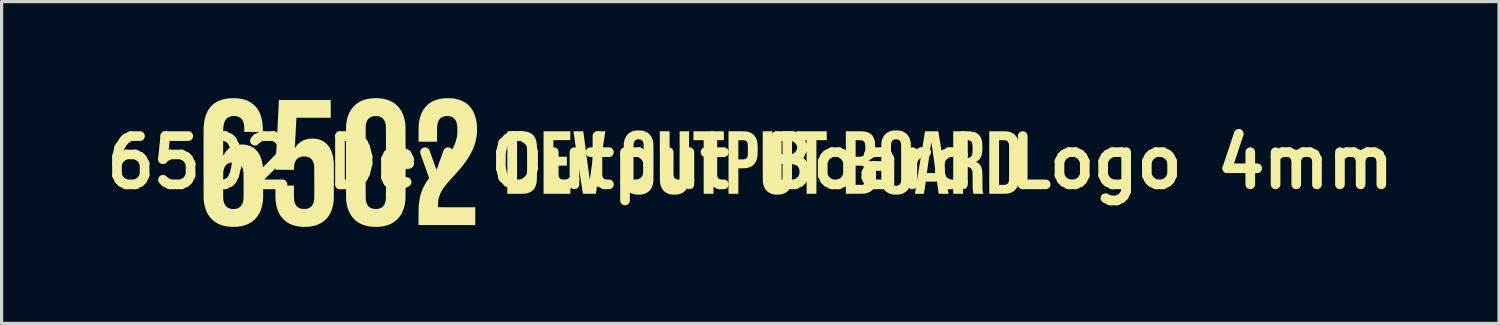
<source format=kicad_pcb>
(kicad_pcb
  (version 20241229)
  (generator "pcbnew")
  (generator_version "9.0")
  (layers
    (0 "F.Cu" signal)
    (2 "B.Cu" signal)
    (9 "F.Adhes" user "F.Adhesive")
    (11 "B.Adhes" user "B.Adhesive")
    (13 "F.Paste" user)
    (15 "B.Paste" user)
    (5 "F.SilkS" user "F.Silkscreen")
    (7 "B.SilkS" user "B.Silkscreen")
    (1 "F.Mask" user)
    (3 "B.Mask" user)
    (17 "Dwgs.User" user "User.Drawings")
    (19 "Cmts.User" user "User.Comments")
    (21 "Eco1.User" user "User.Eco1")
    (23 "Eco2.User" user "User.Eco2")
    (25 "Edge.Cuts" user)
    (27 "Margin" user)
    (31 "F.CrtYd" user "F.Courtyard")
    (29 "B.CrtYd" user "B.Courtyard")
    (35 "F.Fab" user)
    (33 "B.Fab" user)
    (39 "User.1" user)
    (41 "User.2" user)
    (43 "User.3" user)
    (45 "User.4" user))
  (footprint "6502 Dev Output Board Logo 4mm"
    (layer "F.Cu")
    (at 20.264 2)
    (property "Reference" "6502 Dev Output Board Logo 4mm" (at 0 0 0) (layer "F.SilkS") (effects (font (size 1.5 1.5) (thickness 0.3))))
    (attr board_only exclude_from_pos_files exclude_from_bom)
    (fp_poly (pts (xy -0.822 -0.833) (xy -0.822 -0.694) (xy -0.983 -0.694) (xy -1.144 -0.694) (xy -1.144 0.139) (xy -1.144 0.971) (xy -1.296 0.971) (xy -1.449 0.971) (xy -1.449 0.139) (xy -1.449 -0.694) (xy -1.608 -0.694) (xy -1.767 -0.694) (xy -1.767 -0.833) (xy -1.767 -0.971) (xy -1.295 -0.971) (xy -0.822 -0.971)) (stroke (width 0) (type solid)) (fill yes) (layer "F.SilkS"))
    (fp_poly (pts (xy 2.376 -0.833) (xy 2.376 -0.694) (xy 2.215 -0.694) (xy 2.054 -0.694) (xy 2.054 0.139) (xy 2.054 0.971) (xy 1.902 0.971) (xy 1.75 0.971) (xy 1.75 0.139) (xy 1.75 -0.694) (xy 1.591 -0.694) (xy 1.432 -0.694) (xy 1.432 -0.833) (xy 1.432 -0.971) (xy 1.904 -0.971) (xy 2.376 -0.971)) (stroke (width 0) (type solid)) (fill yes) (layer "F.SilkS"))
    (fp_poly (pts (xy -5.592 -0.833) (xy -5.593 -0.695) (xy -5.856 -0.695) (xy -6.119 -0.694) (xy -6.119 -0.437) (xy -6.119 -0.179) (xy -5.909 -0.179) (xy -5.699 -0.179) (xy -5.7 -0.041) (xy -5.701 0.096) (xy -5.91 0.097) (xy -6.119 0.098) (xy -6.119 0.396) (xy -6.119 0.694) (xy -5.856 0.695) (xy -5.593 0.695) (xy -5.592 0.833) (xy -5.591 0.971) (xy -6.007 0.971) (xy -6.424 0.971) (xy -6.424 -0.000001) (xy -6.424 -0.971) (xy -6.007 -0.971) (xy -5.591 -0.971)) (stroke (width 0) (type solid)) (fill yes) (layer "F.SilkS"))
    (fp_poly (pts (xy -0.377 -0.971) (xy -0.331 -0.971) (xy -0.291 -0.971) (xy -0.257 -0.971) (xy -0.227 -0.97) (xy -0.2 -0.97) (xy -0.178 -0.969) (xy -0.158 -0.968) (xy -0.141 -0.966) (xy -0.126 -0.965) (xy -0.113 -0.963) (xy -0.1 -0.96) (xy -0.087 -0.958) (xy -0.074 -0.955) (xy -0.066 -0.953) (xy -0.017 -0.937) (xy 0.028 -0.916) (xy 0.068 -0.891) (xy 0.104 -0.86) (xy 0.135 -0.824) (xy 0.162 -0.784) (xy 0.172 -0.766) (xy 0.184 -0.74) (xy 0.195 -0.713) (xy 0.204 -0.685) (xy 0.212 -0.655) (xy 0.218 -0.622) (xy 0.222 -0.587) (xy 0.226 -0.547) (xy 0.228 -0.503) (xy 0.23 -0.453) (xy 0.23 -0.398) (xy 0.23 -0.396) (xy 0.23 -0.339) (xy 0.228 -0.289) (xy 0.226 -0.244) (xy 0.222 -0.203) (xy 0.217 -0.167) (xy 0.211 -0.134) (xy 0.203 -0.104) (xy 0.194 -0.076) (xy 0.183 -0.049) (xy 0.175 -0.032) (xy 0.151 0.01) (xy 0.123 0.048) (xy 0.091 0.08) (xy 0.055 0.108) (xy 0.015 0.131) (xy -0.031 0.15) (xy -0.081 0.165) (xy -0.113 0.171) (xy -0.125 0.173) (xy -0.139 0.175) (xy -0.156 0.176) (xy -0.178 0.177) (xy -0.204 0.178) (xy -0.237 0.179) (xy -0.257 0.179) (xy -0.371 0.181) (xy -0.371 0.576) (xy -0.372 0.971) (xy -0.525 0.971) (xy -0.677 0.971) (xy -0.677 -0.000001) (xy -0.677 -0.396) (xy -0.372 -0.396) (xy -0.372 -0.098) (xy -0.283 -0.098) (xy -0.252 -0.098) (xy -0.226 -0.099) (xy -0.206 -0.1) (xy -0.191 -0.101) (xy -0.181 -0.102) (xy -0.178 -0.103) (xy -0.15 -0.113) (xy -0.127 -0.127) (xy -0.109 -0.145) (xy -0.095 -0.168) (xy -0.085 -0.197) (xy -0.082 -0.21) (xy -0.081 -0.217) (xy -0.08 -0.225) (xy -0.079 -0.235) (xy -0.078 -0.247) (xy -0.077 -0.262) (xy -0.077 -0.281) (xy -0.077 -0.305) (xy -0.077 -0.333) (xy -0.076 -0.367) (xy -0.076 -0.396) (xy -0.076 -0.435) (xy -0.077 -0.467) (xy -0.077 -0.494) (xy -0.077 -0.516) (xy -0.078 -0.534) (xy -0.078 -0.549) (xy -0.079 -0.56) (xy -0.08 -0.57) (xy -0.081 -0.577) (xy -0.082 -0.582) (xy -0.091 -0.613) (xy -0.102 -0.637) (xy -0.118 -0.657) (xy -0.137 -0.672) (xy -0.142 -0.675) (xy -0.153 -0.68) (xy -0.162 -0.684) (xy -0.173 -0.688) (xy -0.184 -0.69) (xy -0.199 -0.692) (xy -0.216 -0.693) (xy -0.238 -0.693) (xy -0.265 -0.694) (xy -0.283 -0.694) (xy -0.372 -0.694) (xy -0.372 -0.396) (xy -0.677 -0.396) (xy -0.677 -0.971) (xy -0.429 -0.971)) (stroke (width 0) (type solid)) (fill yes) (layer "F.SilkS"))
    (fp_poly (pts (xy 0.691 -0.189) (xy 0.691 -0.103) (xy 0.691 -0.023) (xy 0.692 0.05) (xy 0.692 0.117) (xy 0.692 0.179) (xy 0.692 0.235) (xy 0.692 0.286) (xy 0.692 0.332) (xy 0.692 0.373) (xy 0.692 0.41) (xy 0.693 0.443) (xy 0.693 0.472) (xy 0.693 0.497) (xy 0.693 0.519) (xy 0.694 0.538) (xy 0.694 0.554) (xy 0.694 0.568) (xy 0.695 0.579) (xy 0.695 0.588) (xy 0.695 0.595) (xy 0.696 0.601) (xy 0.696 0.606) (xy 0.697 0.609) (xy 0.698 0.612) (xy 0.698 0.614) (xy 0.71 0.645) (xy 0.726 0.671) (xy 0.745 0.691) (xy 0.769 0.706) (xy 0.797 0.716) (xy 0.829 0.721) (xy 0.846 0.721) (xy 0.879 0.719) (xy 0.908 0.712) (xy 0.933 0.7) (xy 0.955 0.684) (xy 0.956 0.682) (xy 0.968 0.668) (xy 0.978 0.653) (xy 0.986 0.635) (xy 0.993 0.613) (xy 1 0.587) (xy 1.001 -0.192) (xy 1.002 -0.971) (xy 1.149 -0.971) (xy 1.296 -0.971) (xy 1.296 -0.236) (xy 1.296 -0.148) (xy 1.296 -0.066) (xy 1.296 0.009) (xy 1.296 0.078) (xy 1.296 0.142) (xy 1.296 0.2) (xy 1.296 0.254) (xy 1.296 0.302) (xy 1.295 0.346) (xy 1.295 0.385) (xy 1.295 0.421) (xy 1.294 0.452) (xy 1.294 0.481) (xy 1.293 0.506) (xy 1.293 0.528) (xy 1.292 0.547) (xy 1.292 0.564) (xy 1.291 0.579) (xy 1.29 0.592) (xy 1.289 0.604) (xy 1.288 0.614) (xy 1.287 0.623) (xy 1.286 0.632) (xy 1.284 0.64) (xy 1.284 0.641) (xy 1.271 0.698) (xy 1.254 0.75) (xy 1.232 0.798) (xy 1.205 0.84) (xy 1.174 0.878) (xy 1.137 0.91) (xy 1.097 0.938) (xy 1.052 0.961) (xy 1.002 0.978) (xy 0.948 0.99) (xy 0.917 0.995) (xy 0.904 0.996) (xy 0.887 0.997) (xy 0.866 0.997) (xy 0.844 0.998) (xy 0.821 0.998) (xy 0.801 0.998) (xy 0.783 0.997) (xy 0.771 0.996) (xy 0.77 0.996) (xy 0.714 0.987) (xy 0.663 0.974) (xy 0.617 0.955) (xy 0.575 0.933) (xy 0.537 0.905) (xy 0.503 0.873) (xy 0.473 0.836) (xy 0.447 0.795) (xy 0.426 0.75) (xy 0.409 0.699) (xy 0.397 0.644) (xy 0.389 0.592) (xy 0.389 0.584) (xy 0.388 0.569) (xy 0.388 0.548) (xy 0.388 0.52) (xy 0.387 0.486) (xy 0.387 0.445) (xy 0.387 0.398) (xy 0.387 0.344) (xy 0.386 0.283) (xy 0.386 0.216) (xy 0.386 0.143) (xy 0.386 0.063) (xy 0.386 -0.022) (xy 0.386 -0.115) (xy 0.386 -0.206) (xy 0.386 -0.971) (xy 0.538 -0.971) (xy 0.69 -0.971)) (stroke (width 0) (type solid)) (fill yes) (layer "F.SilkS"))
    (fp_poly (pts (xy -4.506 -0.962) (xy -4.507 -0.958) (xy -4.508 -0.947) (xy -4.511 -0.931) (xy -4.514 -0.908) (xy -4.518 -0.88) (xy -4.524 -0.847) (xy -4.529 -0.808) (xy -4.536 -0.765) (xy -4.543 -0.717) (xy -4.551 -0.664) (xy -4.56 -0.608) (xy -4.569 -0.548) (xy -4.578 -0.485) (xy -4.588 -0.418) (xy -4.599 -0.348) (xy -4.61 -0.276) (xy -4.621 -0.202) (xy -4.633 -0.125) (xy -4.645 -0.046) (xy -4.652 0.002) (xy -4.664 0.081) (xy -4.676 0.159) (xy -4.687 0.235) (xy -4.698 0.309) (xy -4.709 0.38) (xy -4.719 0.448) (xy -4.729 0.513) (xy -4.739 0.575) (xy -4.747 0.634) (xy -4.756 0.688) (xy -4.763 0.739) (xy -4.77 0.785) (xy -4.777 0.826) (xy -4.782 0.863) (xy -4.787 0.894) (xy -4.791 0.92) (xy -4.794 0.94) (xy -4.796 0.954) (xy -4.797 0.962) (xy -4.798 0.964) (xy -4.799 0.971) (xy -5.001 0.971) (xy -5.044 0.971) (xy -5.082 0.971) (xy -5.113 0.971) (xy -5.139 0.971) (xy -5.16 0.97) (xy -5.176 0.97) (xy -5.189 0.97) (xy -5.197 0.969) (xy -5.202 0.968) (xy -5.203 0.967) (xy -5.203 0.967) (xy -5.204 0.963) (xy -5.206 0.954) (xy -5.208 0.938) (xy -5.211 0.916) (xy -5.216 0.889) (xy -5.22 0.856) (xy -5.226 0.819) (xy -5.232 0.778) (xy -5.239 0.732) (xy -5.247 0.683) (xy -5.255 0.63) (xy -5.263 0.574) (xy -5.272 0.516) (xy -5.282 0.454) (xy -5.291 0.391) (xy -5.301 0.326) (xy -5.311 0.259) (xy -5.321 0.191) (xy -5.332 0.122) (xy -5.342 0.052) (xy -5.353 -0.018) (xy -5.364 -0.087) (xy -5.374 -0.157) (xy -5.384 -0.225) (xy -5.395 -0.293) (xy -5.405 -0.359) (xy -5.414 -0.423) (xy -5.424 -0.486) (xy -5.433 -0.546) (xy -5.441 -0.603) (xy -5.45 -0.658) (xy -5.457 -0.709) (xy -5.465 -0.756) (xy -5.471 -0.8) (xy -5.477 -0.839) (xy -5.482 -0.874) (xy -5.487 -0.904) (xy -5.49 -0.929) (xy -5.493 -0.948) (xy -5.495 -0.961) (xy -5.496 -0.968) (xy -5.496 -0.969) (xy -5.493 -0.969) (xy -5.484 -0.97) (xy -5.469 -0.97) (xy -5.449 -0.971) (xy -5.426 -0.971) (xy -5.399 -0.971) (xy -5.369 -0.971) (xy -5.343 -0.971) (xy -5.19 -0.971) (xy -5.09 -0.217) (xy -5.081 -0.147) (xy -5.072 -0.078) (xy -5.063 -0.011) (xy -5.054 0.053) (xy -5.046 0.115) (xy -5.038 0.173) (xy -5.03 0.229) (xy -5.023 0.281) (xy -5.017 0.329) (xy -5.011 0.372) (xy -5.005 0.412) (xy -5.001 0.446) (xy -4.996 0.475) (xy -4.993 0.499) (xy -4.99 0.518) (xy -4.988 0.53) (xy -4.987 0.536) (xy -4.987 0.536) (xy -4.986 0.533) (xy -4.985 0.523) (xy -4.982 0.508) (xy -4.979 0.486) (xy -4.975 0.459) (xy -4.971 0.426) (xy -4.966 0.389) (xy -4.96 0.347) (xy -4.953 0.301) (xy -4.947 0.251) (xy -4.939 0.197) (xy -4.932 0.14) (xy -4.923 0.079) (xy -4.915 0.016) (xy -4.906 -0.05) (xy -4.897 -0.118) (xy -4.888 -0.188) (xy -4.884 -0.217) (xy -4.784 -0.971) (xy -4.644 -0.971) (xy -4.504 -0.971)) (stroke (width 0) (type solid)) (fill yes) (layer "F.SilkS"))
    (fp_poly (pts (xy -2.508 -0.201) (xy -2.508 -0.115) (xy -2.508 -0.036) (xy -2.508 0.036) (xy -2.508 0.103) (xy -2.508 0.164) (xy -2.508 0.219) (xy -2.508 0.269) (xy -2.508 0.315) (xy -2.507 0.356) (xy -2.507 0.392) (xy -2.507 0.425) (xy -2.507 0.453) (xy -2.507 0.478) (xy -2.507 0.5) (xy -2.506 0.519) (xy -2.506 0.535) (xy -2.506 0.548) (xy -2.505 0.56) (xy -2.505 0.569) (xy -2.504 0.577) (xy -2.504 0.584) (xy -2.503 0.589) (xy -2.503 0.593) (xy -2.502 0.597) (xy -2.501 0.601) (xy -2.495 0.627) (xy -2.487 0.648) (xy -2.477 0.665) (xy -2.464 0.681) (xy -2.462 0.682) (xy -2.442 0.699) (xy -2.419 0.711) (xy -2.393 0.718) (xy -2.362 0.721) (xy -2.352 0.721) (xy -2.318 0.719) (xy -2.287 0.711) (xy -2.261 0.698) (xy -2.24 0.68) (xy -2.223 0.657) (xy -2.21 0.629) (xy -2.204 0.61) (xy -2.204 0.607) (xy -2.203 0.604) (xy -2.202 0.599) (xy -2.202 0.593) (xy -2.201 0.586) (xy -2.201 0.577) (xy -2.201 0.566) (xy -2.2 0.553) (xy -2.2 0.537) (xy -2.2 0.518) (xy -2.199 0.497) (xy -2.199 0.472) (xy -2.199 0.443) (xy -2.199 0.411) (xy -2.199 0.374) (xy -2.198 0.333) (xy -2.198 0.288) (xy -2.198 0.237) (xy -2.198 0.182) (xy -2.198 0.121) (xy -2.198 0.054) (xy -2.198 -0.019) (xy -2.198 -0.098) (xy -2.197 -0.183) (xy -2.197 -0.192) (xy -2.196 -0.971) (xy -2.049 -0.971) (xy -1.902 -0.971) (xy -1.902 -0.233) (xy -1.902 -0.144) (xy -1.902 -0.061) (xy -1.902 0.019) (xy -1.902 0.093) (xy -1.902 0.163) (xy -1.903 0.228) (xy -1.903 0.288) (xy -1.903 0.342) (xy -1.903 0.391) (xy -1.904 0.434) (xy -1.904 0.471) (xy -1.904 0.502) (xy -1.905 0.527) (xy -1.905 0.546) (xy -1.905 0.558) (xy -1.905 0.56) (xy -1.911 0.619) (xy -1.921 0.673) (xy -1.934 0.723) (xy -1.952 0.768) (xy -1.974 0.81) (xy -1.998 0.847) (xy -2.03 0.883) (xy -2.066 0.915) (xy -2.107 0.941) (xy -2.152 0.963) (xy -2.201 0.98) (xy -2.255 0.991) (xy -2.281 0.995) (xy -2.301 0.997) (xy -2.326 0.998) (xy -2.354 0.998) (xy -2.382 0.998) (xy -2.41 0.997) (xy -2.434 0.995) (xy -2.45 0.993) (xy -2.504 0.983) (xy -2.553 0.968) (xy -2.598 0.948) (xy -2.638 0.923) (xy -2.675 0.893) (xy -2.694 0.874) (xy -2.722 0.841) (xy -2.746 0.805) (xy -2.766 0.765) (xy -2.782 0.721) (xy -2.796 0.673) (xy -2.803 0.638) (xy -2.804 0.634) (xy -2.805 0.63) (xy -2.805 0.625) (xy -2.806 0.62) (xy -2.807 0.614) (xy -2.807 0.608) (xy -2.808 0.599) (xy -2.808 0.589) (xy -2.808 0.578) (xy -2.809 0.564) (xy -2.809 0.547) (xy -2.809 0.528) (xy -2.81 0.506) (xy -2.81 0.481) (xy -2.81 0.452) (xy -2.81 0.42) (xy -2.81 0.383) (xy -2.81 0.342) (xy -2.811 0.297) (xy -2.811 0.247) (xy -2.811 0.191) (xy -2.811 0.13) (xy -2.811 0.064) (xy -2.811 -0.009) (xy -2.811 -0.087) (xy -2.811 -0.172) (xy -2.811 -0.185) (xy -2.813 -0.971) (xy -2.66 -0.971) (xy -2.508 -0.971)) (stroke (width 0) (type solid)) (fill yes) (layer "F.SilkS"))
    (fp_poly (pts (xy 7.683 -0.971) (xy 7.735 -0.971) (xy 7.78 -0.971) (xy 7.82 -0.971) (xy 7.854 -0.971) (xy 7.884 -0.97) (xy 7.909 -0.97) (xy 7.931 -0.969) (xy 7.951 -0.968) (xy 7.967 -0.967) (xy 7.982 -0.966) (xy 7.995 -0.964) (xy 8.007 -0.962) (xy 8.019 -0.96) (xy 8.031 -0.957) (xy 8.043 -0.955) (xy 8.093 -0.94) (xy 8.139 -0.92) (xy 8.18 -0.894) (xy 8.217 -0.864) (xy 8.249 -0.829) (xy 8.277 -0.789) (xy 8.3 -0.744) (xy 8.315 -0.705) (xy 8.325 -0.669) (xy 8.334 -0.629) (xy 8.34 -0.587) (xy 8.342 -0.569) (xy 8.343 -0.561) (xy 8.343 -0.545) (xy 8.344 -0.524) (xy 8.344 -0.496) (xy 8.345 -0.462) (xy 8.345 -0.422) (xy 8.345 -0.376) (xy 8.345 -0.324) (xy 8.346 -0.267) (xy 8.346 -0.204) (xy 8.346 -0.137) (xy 8.346 -0.064) (xy 8.346 -0.000001) (xy 8.346 0.077) (xy 8.346 0.149) (xy 8.346 0.216) (xy 8.346 0.277) (xy 8.345 0.333) (xy 8.345 0.384) (xy 8.345 0.429) (xy 8.345 0.468) (xy 8.344 0.501) (xy 8.344 0.528) (xy 8.343 0.548) (xy 8.343 0.562) (xy 8.342 0.569) (xy 8.334 0.63) (xy 8.321 0.686) (xy 8.303 0.736) (xy 8.281 0.782) (xy 8.254 0.823) (xy 8.222 0.859) (xy 8.186 0.89) (xy 8.146 0.916) (xy 8.101 0.937) (xy 8.051 0.953) (xy 8.043 0.955) (xy 8.03 0.958) (xy 8.018 0.96) (xy 8.006 0.962) (xy 7.994 0.964) (xy 7.981 0.966) (xy 7.966 0.967) (xy 7.95 0.968) (xy 7.93 0.969) (xy 7.908 0.97) (xy 7.882 0.97) (xy 7.852 0.971) (xy 7.818 0.971) (xy 7.778 0.971) (xy 7.732 0.971) (xy 7.683 0.971) (xy 7.425 0.971) (xy 7.425 -0.000001) (xy 7.73 -0.000001) (xy 7.73 0.694) (xy 7.822 0.694) (xy 7.851 0.694) (xy 7.875 0.693) (xy 7.894 0.693) (xy 7.909 0.692) (xy 7.92 0.691) (xy 7.929 0.69) (xy 7.934 0.688) (xy 7.963 0.678) (xy 7.987 0.663) (xy 8.006 0.643) (xy 8.021 0.619) (xy 8.021 0.618) (xy 8.024 0.613) (xy 8.026 0.608) (xy 8.028 0.603) (xy 8.03 0.597) (xy 8.032 0.591) (xy 8.033 0.584) (xy 8.035 0.576) (xy 8.036 0.567) (xy 8.037 0.555) (xy 8.038 0.541) (xy 8.039 0.525) (xy 8.039 0.505) (xy 8.04 0.483) (xy 8.04 0.457) (xy 8.041 0.427) (xy 8.041 0.393) (xy 8.041 0.355) (xy 8.041 0.312) (xy 8.041 0.264) (xy 8.041 0.21) (xy 8.041 0.151) (xy 8.041 0.085) (xy 8.041 0.013) (xy 8.041 -0.000001) (xy 8.041 -0.072) (xy 8.041 -0.137) (xy 8.041 -0.196) (xy 8.041 -0.249) (xy 8.041 -0.297) (xy 8.041 -0.34) (xy 8.041 -0.377) (xy 8.041 -0.411) (xy 8.041 -0.44) (xy 8.04 -0.465) (xy 8.04 -0.486) (xy 8.04 -0.505) (xy 8.039 -0.52) (xy 8.039 -0.533) (xy 8.038 -0.543) (xy 8.038 -0.552) (xy 8.037 -0.558) (xy 8.037 -0.564) (xy 8.036 -0.567) (xy 8.028 -0.6) (xy 8.016 -0.628) (xy 8 -0.651) (xy 7.98 -0.668) (xy 7.955 -0.682) (xy 7.94 -0.687) (xy 7.932 -0.689) (xy 7.925 -0.691) (xy 7.916 -0.692) (xy 7.905 -0.693) (xy 7.891 -0.693) (xy 7.873 -0.694) (xy 7.85 -0.694) (xy 7.824 -0.694) (xy 7.73 -0.694) (xy 7.73 -0.000001) (xy 7.425 -0.000001) (xy 7.425 -0.971)) (stroke (width 0) (type solid)) (fill yes) (layer "F.SilkS"))
    (fp_poly (pts (xy -7.245 -0.971) (xy -7.201 -0.971) (xy -7.163 -0.971) (xy -7.13 -0.971) (xy -7.102 -0.971) (xy -7.078 -0.97) (xy -7.057 -0.97) (xy -7.04 -0.969) (xy -7.026 -0.969) (xy -7.015 -0.968) (xy -7.005 -0.967) (xy -7 -0.966) (xy -6.944 -0.957) (xy -6.893 -0.942) (xy -6.847 -0.924) (xy -6.805 -0.9) (xy -6.768 -0.871) (xy -6.757 -0.861) (xy -6.726 -0.827) (xy -6.7 -0.789) (xy -6.678 -0.747) (xy -6.66 -0.7) (xy -6.647 -0.649) (xy -6.638 -0.592) (xy -6.634 -0.548) (xy -6.633 -0.538) (xy -6.633 -0.522) (xy -6.632 -0.499) (xy -6.632 -0.471) (xy -6.632 -0.439) (xy -6.631 -0.402) (xy -6.631 -0.361) (xy -6.631 -0.317) (xy -6.631 -0.27) (xy -6.63 -0.22) (xy -6.63 -0.169) (xy -6.63 -0.116) (xy -6.63 -0.062) (xy -6.63 -0.007) (xy -6.63 0.048) (xy -6.63 0.102) (xy -6.63 0.155) (xy -6.63 0.207) (xy -6.631 0.258) (xy -6.631 0.305) (xy -6.631 0.35) (xy -6.631 0.392) (xy -6.631 0.43) (xy -6.632 0.464) (xy -6.632 0.493) (xy -6.633 0.516) (xy -6.633 0.534) (xy -6.633 0.546) (xy -6.634 0.548) (xy -6.64 0.61) (xy -6.652 0.668) (xy -6.667 0.72) (xy -6.688 0.767) (xy -6.713 0.809) (xy -6.742 0.847) (xy -6.777 0.879) (xy -6.815 0.907) (xy -6.859 0.929) (xy -6.907 0.947) (xy -6.96 0.96) (xy -7 0.966) (xy -7.009 0.967) (xy -7.02 0.968) (xy -7.033 0.969) (xy -7.049 0.969) (xy -7.067 0.97) (xy -7.089 0.97) (xy -7.115 0.971) (xy -7.146 0.971) (xy -7.181 0.971) (xy -7.223 0.971) (xy -7.27 0.971) (xy -7.296 0.971) (xy -7.551 0.971) (xy -7.551 -0.000001) (xy -7.246 -0.000001) (xy -7.246 0.694) (xy -7.154 0.694) (xy -7.124 0.694) (xy -7.101 0.693) (xy -7.082 0.693) (xy -7.067 0.692) (xy -7.055 0.691) (xy -7.046 0.69) (xy -7.042 0.688) (xy -7.018 0.68) (xy -6.998 0.669) (xy -6.98 0.653) (xy -6.978 0.65) (xy -6.965 0.635) (xy -6.955 0.618) (xy -6.948 0.597) (xy -6.942 0.575) (xy -6.941 0.572) (xy -6.941 0.567) (xy -6.94 0.562) (xy -6.939 0.555) (xy -6.939 0.546) (xy -6.939 0.536) (xy -6.938 0.523) (xy -6.938 0.508) (xy -6.937 0.489) (xy -6.937 0.468) (xy -6.937 0.442) (xy -6.937 0.413) (xy -6.937 0.38) (xy -6.937 0.342) (xy -6.937 0.3) (xy -6.936 0.252) (xy -6.936 0.198) (xy -6.936 0.139) (xy -6.936 0.074) (xy -6.936 0.002) (xy -6.936 -0.000001) (xy -6.936 -0.072) (xy -6.936 -0.137) (xy -6.936 -0.197) (xy -6.936 -0.25) (xy -6.937 -0.298) (xy -6.937 -0.341) (xy -6.937 -0.379) (xy -6.937 -0.413) (xy -6.937 -0.442) (xy -6.937 -0.467) (xy -6.937 -0.489) (xy -6.938 -0.507) (xy -6.938 -0.523) (xy -6.939 -0.536) (xy -6.939 -0.546) (xy -6.939 -0.555) (xy -6.94 -0.562) (xy -6.941 -0.567) (xy -6.941 -0.572) (xy -6.942 -0.575) (xy -6.942 -0.575) (xy -6.949 -0.6) (xy -6.956 -0.62) (xy -6.966 -0.637) (xy -6.978 -0.65) (xy -6.989 -0.661) (xy -6.999 -0.67) (xy -7.011 -0.678) (xy -7.023 -0.683) (xy -7.038 -0.687) (xy -7.056 -0.69) (xy -7.078 -0.692) (xy -7.104 -0.693) (xy -7.136 -0.694) (xy -7.154 -0.694) (xy -7.246 -0.694) (xy -7.246 -0.000001) (xy -7.551 -0.000001) (xy -7.551 -0.971) (xy -7.296 -0.971)) (stroke (width 0) (type solid)) (fill yes) (layer "F.SilkS"))
    (fp_poly (pts (xy 6.603 -0.971) (xy 6.648 -0.971) (xy 6.69 -0.971) (xy 6.727 -0.971) (xy 6.76 -0.97) (xy 6.789 -0.97) (xy 6.812 -0.969) (xy 6.829 -0.969) (xy 6.84 -0.968) (xy 6.84 -0.968) (xy 6.898 -0.96) (xy 6.95 -0.947) (xy 6.997 -0.931) (xy 7.039 -0.91) (xy 7.076 -0.885) (xy 7.109 -0.855) (xy 7.136 -0.82) (xy 7.16 -0.78) (xy 7.178 -0.736) (xy 7.193 -0.686) (xy 7.199 -0.661) (xy 7.203 -0.634) (xy 7.206 -0.603) (xy 7.209 -0.567) (xy 7.21 -0.528) (xy 7.211 -0.488) (xy 7.211 -0.447) (xy 7.21 -0.406) (xy 7.209 -0.367) (xy 7.206 -0.332) (xy 7.203 -0.3) (xy 7.199 -0.274) (xy 7.199 -0.273) (xy 7.187 -0.225) (xy 7.171 -0.182) (xy 7.152 -0.144) (xy 7.135 -0.118) (xy 7.114 -0.093) (xy 7.088 -0.069) (xy 7.06 -0.048) (xy 7.033 -0.032) (xy 7.027 -0.03) (xy 7.019 -0.025) (xy 7.013 -0.021) (xy 7.012 -0.019) (xy 7.015 -0.015) (xy 7.023 -0.012) (xy 7.027 -0.01) (xy 7.05 -0.002) (xy 7.074 0.012) (xy 7.097 0.029) (xy 7.117 0.047) (xy 7.139 0.072) (xy 7.157 0.099) (xy 7.172 0.131) (xy 7.185 0.168) (xy 7.195 0.21) (xy 7.204 0.257) (xy 7.206 0.272) (xy 7.207 0.284) (xy 7.208 0.295) (xy 7.209 0.307) (xy 7.21 0.32) (xy 7.211 0.335) (xy 7.211 0.353) (xy 7.212 0.374) (xy 7.212 0.398) (xy 7.212 0.428) (xy 7.212 0.462) (xy 7.212 0.502) (xy 7.212 0.528) (xy 7.212 0.587) (xy 7.213 0.639) (xy 7.213 0.685) (xy 7.213 0.727) (xy 7.214 0.763) (xy 7.215 0.795) (xy 7.217 0.823) (xy 7.218 0.847) (xy 7.22 0.868) (xy 7.223 0.887) (xy 7.226 0.904) (xy 7.229 0.919) (xy 7.233 0.934) (xy 7.237 0.947) (xy 7.242 0.961) (xy 7.244 0.965) (xy 7.245 0.967) (xy 7.244 0.968) (xy 7.241 0.969) (xy 7.237 0.97) (xy 7.229 0.97) (xy 7.218 0.971) (xy 7.203 0.971) (xy 7.184 0.971) (xy 7.16 0.971) (xy 7.13 0.971) (xy 7.094 0.971) (xy 7.091 0.971) (xy 6.936 0.971) (xy 6.93 0.951) (xy 6.926 0.937) (xy 6.923 0.922) (xy 6.92 0.907) (xy 6.918 0.891) (xy 6.916 0.873) (xy 6.914 0.852) (xy 6.912 0.829) (xy 6.911 0.803) (xy 6.91 0.773) (xy 6.909 0.739) (xy 6.909 0.7) (xy 6.908 0.656) (xy 6.908 0.607) (xy 6.908 0.552) (xy 6.908 0.518) (xy 6.908 0.473) (xy 6.907 0.435) (xy 6.907 0.403) (xy 6.907 0.375) (xy 6.907 0.352) (xy 6.906 0.334) (xy 6.905 0.318) (xy 6.905 0.306) (xy 6.904 0.296) (xy 6.903 0.289) (xy 6.895 0.255) (xy 6.886 0.226) (xy 6.873 0.203) (xy 6.858 0.183) (xy 6.838 0.168) (xy 6.819 0.157) (xy 6.803 0.151) (xy 6.787 0.146) (xy 6.768 0.143) (xy 6.746 0.141) (xy 6.72 0.139) (xy 6.688 0.139) (xy 6.679 0.139) (xy 6.61 0.139) (xy 6.61 0.555) (xy 6.61 0.971) (xy 6.457 0.971) (xy 6.305 0.971) (xy 6.305 -0.000001) (xy 6.305 -0.416) (xy 6.61 -0.416) (xy 6.61 -0.139) (xy 6.677 -0.139) (xy 6.699 -0.139) (xy 6.721 -0.14) (xy 6.74 -0.14) (xy 6.756 -0.141) (xy 6.766 -0.142) (xy 6.799 -0.15) (xy 6.828 -0.163) (xy 6.844 -0.173) (xy 6.858 -0.185) (xy 6.87 -0.199) (xy 6.88 -0.215) (xy 6.889 -0.233) (xy 6.895 -0.255) (xy 6.9 -0.281) (xy 6.904 -0.311) (xy 6.906 -0.346) (xy 6.907 -0.387) (xy 6.907 -0.433) (xy 6.907 -0.455) (xy 6.905 -0.496) (xy 6.903 -0.53) (xy 6.9 -0.559) (xy 6.896 -0.583) (xy 6.891 -0.604) (xy 6.884 -0.621) (xy 6.876 -0.636) (xy 6.866 -0.65) (xy 6.86 -0.656) (xy 6.849 -0.666) (xy 6.838 -0.674) (xy 6.826 -0.681) (xy 6.813 -0.686) (xy 6.796 -0.689) (xy 6.777 -0.692) (xy 6.753 -0.693) (xy 6.724 -0.694) (xy 6.695 -0.694) (xy 6.61 -0.694) (xy 6.61 -0.416) (xy 6.305 -0.416) (xy 6.305 -0.971) (xy 6.555 -0.971)) (stroke (width 0) (type solid)) (fill yes) (layer "F.SilkS"))
    (fp_poly (pts (xy 5.843 -0.964) (xy 5.844 -0.96) (xy 5.846 -0.949) (xy 5.848 -0.933) (xy 5.852 -0.911) (xy 5.857 -0.883) (xy 5.862 -0.849) (xy 5.868 -0.811) (xy 5.875 -0.768) (xy 5.883 -0.72) (xy 5.892 -0.668) (xy 5.901 -0.612) (xy 5.911 -0.552) (xy 5.921 -0.489) (xy 5.932 -0.422) (xy 5.943 -0.353) (xy 5.955 -0.281) (xy 5.967 -0.206) (xy 5.979 -0.129) (xy 5.992 -0.051) (xy 6.001 0.002) (xy 6.014 0.081) (xy 6.026 0.159) (xy 6.039 0.235) (xy 6.05 0.309) (xy 6.062 0.38) (xy 6.073 0.448) (xy 6.084 0.514) (xy 6.094 0.576) (xy 6.103 0.634) (xy 6.112 0.689) (xy 6.121 0.739) (xy 6.128 0.786) (xy 6.135 0.827) (xy 6.141 0.864) (xy 6.146 0.895) (xy 6.15 0.921) (xy 6.154 0.941) (xy 6.156 0.956) (xy 6.157 0.964) (xy 6.158 0.965) (xy 6.158 0.967) (xy 6.157 0.968) (xy 6.154 0.969) (xy 6.149 0.97) (xy 6.141 0.97) (xy 6.131 0.971) (xy 6.116 0.971) (xy 6.096 0.971) (xy 6.072 0.971) (xy 6.042 0.971) (xy 6.006 0.971) (xy 5.854 0.97) (xy 5.827 0.781) (xy 5.8 0.592) (xy 5.625 0.592) (xy 5.451 0.592) (xy 5.424 0.776) (xy 5.419 0.81) (xy 5.414 0.843) (xy 5.41 0.873) (xy 5.406 0.9) (xy 5.402 0.923) (xy 5.4 0.942) (xy 5.398 0.956) (xy 5.396 0.964) (xy 5.396 0.965) (xy 5.395 0.967) (xy 5.393 0.968) (xy 5.39 0.969) (xy 5.384 0.97) (xy 5.375 0.97) (xy 5.363 0.971) (xy 5.347 0.971) (xy 5.326 0.971) (xy 5.299 0.971) (xy 5.267 0.971) (xy 5.254 0.971) (xy 5.224 0.971) (xy 5.196 0.971) (xy 5.171 0.971) (xy 5.15 0.971) (xy 5.133 0.97) (xy 5.121 0.97) (xy 5.115 0.969) (xy 5.114 0.969) (xy 5.114 0.966) (xy 5.116 0.956) (xy 5.119 0.94) (xy 5.122 0.918) (xy 5.127 0.89) (xy 5.132 0.857) (xy 5.138 0.819) (xy 5.145 0.776) (xy 5.153 0.729) (xy 5.161 0.677) (xy 5.17 0.621) (xy 5.18 0.562) (xy 5.19 0.499) (xy 5.201 0.432) (xy 5.212 0.363) (xy 5.219 0.324) (xy 5.487 0.324) (xy 5.488 0.325) (xy 5.491 0.326) (xy 5.496 0.327) (xy 5.504 0.327) (xy 5.516 0.328) (xy 5.532 0.328) (xy 5.552 0.328) (xy 5.578 0.328) (xy 5.61 0.328) (xy 5.624 0.328) (xy 5.762 0.328) (xy 5.755 0.275) (xy 5.746 0.208) (xy 5.736 0.142) (xy 5.727 0.076) (xy 5.718 0.011) (xy 5.709 -0.052) (xy 5.7 -0.114) (xy 5.692 -0.175) (xy 5.683 -0.233) (xy 5.675 -0.288) (xy 5.668 -0.341) (xy 5.661 -0.39) (xy 5.654 -0.436) (xy 5.648 -0.478) (xy 5.642 -0.515) (xy 5.637 -0.548) (xy 5.633 -0.576) (xy 5.629 -0.599) (xy 5.626 -0.616) (xy 5.624 -0.628) (xy 5.623 -0.633) (xy 5.623 -0.633) (xy 5.622 -0.63) (xy 5.621 -0.62) (xy 5.618 -0.604) (xy 5.615 -0.583) (xy 5.611 -0.555) (xy 5.606 -0.523) (xy 5.6 -0.486) (xy 5.594 -0.445) (xy 5.588 -0.399) (xy 5.581 -0.349) (xy 5.573 -0.296) (xy 5.566 -0.239) (xy 5.557 -0.18) (xy 5.554 -0.158) (xy 5.547 -0.102) (xy 5.539 -0.048) (xy 5.532 0.004) (xy 5.525 0.053) (xy 5.519 0.1) (xy 5.513 0.143) (xy 5.507 0.182) (xy 5.502 0.218) (xy 5.498 0.249) (xy 5.494 0.275) (xy 5.491 0.295) (xy 5.489 0.311) (xy 5.488 0.32) (xy 5.487 0.322) (xy 5.487 0.324) (xy 5.219 0.324) (xy 5.224 0.291) (xy 5.236 0.216) (xy 5.248 0.14) (xy 5.261 0.061) (xy 5.271 -0.000146) (xy 5.284 -0.08) (xy 5.297 -0.158) (xy 5.309 -0.235) (xy 5.321 -0.308) (xy 5.333 -0.38) (xy 5.344 -0.449) (xy 5.355 -0.514) (xy 5.365 -0.576) (xy 5.374 -0.635) (xy 5.383 -0.69) (xy 5.392 -0.741) (xy 5.399 -0.787) (xy 5.406 -0.829) (xy 5.412 -0.866) (xy 5.417 -0.897) (xy 5.421 -0.924) (xy 5.425 -0.944) (xy 5.427 -0.959) (xy 5.428 -0.967) (xy 5.429 -0.969) (xy 5.432 -0.97) (xy 5.441 -0.97) (xy 5.456 -0.97) (xy 5.477 -0.971) (xy 5.501 -0.971) (xy 5.53 -0.971) (xy 5.561 -0.971) (xy 5.596 -0.971) (xy 5.632 -0.971) (xy 5.635 -0.971) (xy 5.841 -0.971)) (stroke (width 0) (type solid)) (fill yes) (layer "F.SilkS"))
    (fp_poly (pts (xy 3.27 -0.971) (xy 3.315 -0.971) (xy 3.356 -0.971) (xy 3.394 -0.971) (xy 3.427 -0.97) (xy 3.455 -0.97) (xy 3.479 -0.969) (xy 3.496 -0.969) (xy 3.507 -0.968) (xy 3.509 -0.968) (xy 3.566 -0.96) (xy 3.618 -0.947) (xy 3.665 -0.931) (xy 3.707 -0.911) (xy 3.744 -0.886) (xy 3.776 -0.857) (xy 3.803 -0.823) (xy 3.826 -0.785) (xy 3.845 -0.741) (xy 3.859 -0.697) (xy 3.864 -0.68) (xy 3.867 -0.664) (xy 3.87 -0.648) (xy 3.873 -0.631) (xy 3.874 -0.613) (xy 3.875 -0.592) (xy 3.876 -0.568) (xy 3.877 -0.538) (xy 3.877 -0.504) (xy 3.877 -0.491) (xy 3.877 -0.45) (xy 3.876 -0.417) (xy 3.876 -0.389) (xy 3.875 -0.367) (xy 3.873 -0.35) (xy 3.872 -0.342) (xy 3.862 -0.289) (xy 3.847 -0.242) (xy 3.829 -0.2) (xy 3.82 -0.185) (xy 3.8 -0.156) (xy 3.775 -0.129) (xy 3.747 -0.104) (xy 3.716 -0.084) (xy 3.698 -0.074) (xy 3.689 -0.069) (xy 3.684 -0.065) (xy 3.683 -0.064) (xy 3.686 -0.061) (xy 3.694 -0.057) (xy 3.706 -0.051) (xy 3.71 -0.049) (xy 3.75 -0.029) (xy 3.785 -0.003) (xy 3.816 0.029) (xy 3.843 0.065) (xy 3.866 0.106) (xy 3.884 0.153) (xy 3.897 0.205) (xy 3.903 0.237) (xy 3.904 0.247) (xy 3.905 0.261) (xy 3.906 0.28) (xy 3.906 0.303) (xy 3.907 0.331) (xy 3.907 0.366) (xy 3.907 0.406) (xy 3.907 0.43) (xy 3.907 0.471) (xy 3.907 0.505) (xy 3.907 0.535) (xy 3.906 0.56) (xy 3.906 0.581) (xy 3.904 0.599) (xy 3.903 0.615) (xy 3.901 0.629) (xy 3.899 0.642) (xy 3.895 0.655) (xy 3.892 0.669) (xy 3.888 0.684) (xy 3.887 0.685) (xy 3.87 0.735) (xy 3.848 0.78) (xy 3.821 0.821) (xy 3.789 0.856) (xy 3.753 0.887) (xy 3.712 0.913) (xy 3.666 0.934) (xy 3.615 0.951) (xy 3.569 0.962) (xy 3.562 0.963) (xy 3.555 0.964) (xy 3.548 0.965) (xy 3.54 0.966) (xy 3.531 0.967) (xy 3.519 0.968) (xy 3.506 0.968) (xy 3.489 0.968) (xy 3.47 0.969) (xy 3.446 0.969) (xy 3.418 0.969) (xy 3.386 0.97) (xy 3.348 0.97) (xy 3.304 0.97) (xy 3.254 0.97) (xy 3.25 0.97) (xy 2.968 0.972) (xy 2.968 0.396) (xy 3.273 0.396) (xy 3.273 0.694) (xy 3.384 0.693) (xy 3.415 0.693) (xy 3.441 0.692) (xy 3.461 0.692) (xy 3.477 0.691) (xy 3.489 0.69) (xy 3.498 0.689) (xy 3.506 0.688) (xy 3.511 0.686) (xy 3.511 0.686) (xy 3.538 0.674) (xy 3.56 0.657) (xy 3.578 0.635) (xy 3.59 0.609) (xy 3.591 0.608) (xy 3.594 0.596) (xy 3.597 0.586) (xy 3.599 0.575) (xy 3.601 0.562) (xy 3.602 0.548) (xy 3.603 0.532) (xy 3.604 0.512) (xy 3.604 0.488) (xy 3.604 0.459) (xy 3.604 0.424) (xy 3.604 0.396) (xy 3.603 0.361) (xy 3.603 0.331) (xy 3.602 0.307) (xy 3.602 0.288) (xy 3.601 0.272) (xy 3.601 0.26) (xy 3.6 0.25) (xy 3.599 0.241) (xy 3.597 0.234) (xy 3.596 0.227) (xy 3.595 0.224) (xy 3.584 0.191) (xy 3.569 0.164) (xy 3.551 0.141) (xy 3.528 0.124) (xy 3.501 0.111) (xy 3.472 0.103) (xy 3.461 0.101) (xy 3.446 0.1) (xy 3.425 0.099) (xy 3.399 0.098) (xy 3.366 0.098) (xy 3.362 0.098) (xy 3.273 0.098) (xy 3.273 0.396) (xy 2.968 0.396) (xy 2.968 0.000161) (xy 2.968 -0.436) (xy 3.273 -0.436) (xy 3.273 -0.178) (xy 3.355 -0.18) (xy 3.385 -0.181) (xy 3.41 -0.182) (xy 3.429 -0.183) (xy 3.444 -0.185) (xy 3.454 -0.187) (xy 3.456 -0.188) (xy 3.487 -0.199) (xy 3.512 -0.214) (xy 3.534 -0.234) (xy 3.55 -0.259) (xy 3.563 -0.29) (xy 3.566 -0.3) (xy 3.568 -0.31) (xy 3.57 -0.327) (xy 3.571 -0.348) (xy 3.572 -0.373) (xy 3.573 -0.4) (xy 3.574 -0.428) (xy 3.574 -0.457) (xy 3.574 -0.485) (xy 3.573 -0.511) (xy 3.572 -0.534) (xy 3.571 -0.553) (xy 3.569 -0.565) (xy 3.561 -0.599) (xy 3.548 -0.628) (xy 3.532 -0.652) (xy 3.511 -0.671) (xy 3.487 -0.684) (xy 3.481 -0.686) (xy 3.475 -0.688) (xy 3.468 -0.69) (xy 3.46 -0.691) (xy 3.448 -0.691) (xy 3.434 -0.692) (xy 3.415 -0.692) (xy 3.391 -0.693) (xy 3.37 -0.693) (xy 3.273 -0.694) (xy 3.273 -0.436) (xy 2.968 -0.436) (xy 2.968 -0.971) (xy 3.222 -0.971)) (stroke (width 0) (type solid)) (fill yes) (layer "F.SilkS"))
    (fp_poly (pts (xy -9.367 -1.998) (xy -9.336 -1.997) (xy -9.309 -1.997) (xy -9.286 -1.995) (xy -9.27 -1.994) (xy -9.189 -1.983) (xy -9.114 -1.968) (xy -9.043 -1.948) (xy -8.977 -1.923) (xy -8.915 -1.894) (xy -8.858 -1.86) (xy -8.804 -1.822) (xy -8.754 -1.778) (xy -8.733 -1.757) (xy -8.688 -1.706) (xy -8.649 -1.651) (xy -8.613 -1.592) (xy -8.583 -1.529) (xy -8.556 -1.462) (xy -8.534 -1.389) (xy -8.516 -1.312) (xy -8.503 -1.23) (xy -8.5 -1.208) (xy -8.498 -1.187) (xy -8.496 -1.16) (xy -8.494 -1.129) (xy -8.493 -1.095) (xy -8.492 -1.06) (xy -8.492 -1.025) (xy -8.492 -0.991) (xy -8.492 -0.959) (xy -8.493 -0.931) (xy -8.495 -0.908) (xy -8.495 -0.906) (xy -8.505 -0.814) (xy -8.521 -0.723) (xy -8.542 -0.634) (xy -8.569 -0.545) (xy -8.602 -0.457) (xy -8.641 -0.368) (xy -8.685 -0.28) (xy -8.736 -0.191) (xy -8.793 -0.101) (xy -8.857 -0.01) (xy -8.892 0.037) (xy -8.928 0.084) (xy -8.965 0.132) (xy -9.005 0.18) (xy -9.048 0.23) (xy -9.093 0.283) (xy -9.143 0.338) (xy -9.196 0.397) (xy -9.229 0.433) (xy -9.277 0.485) (xy -9.32 0.533) (xy -9.359 0.577) (xy -9.395 0.617) (xy -9.427 0.655) (xy -9.456 0.69) (xy -9.482 0.724) (xy -9.506 0.756) (xy -9.529 0.787) (xy -9.549 0.817) (xy -9.569 0.848) (xy -9.571 0.851) (xy -9.61 0.918) (xy -9.642 0.986) (xy -9.667 1.057) (xy -9.686 1.128) (xy -9.699 1.203) (xy -9.705 1.279) (xy -9.706 1.347) (xy -9.705 1.389) (xy -9.125 1.39) (xy -8.546 1.391) (xy -8.546 1.667) (xy -8.546 1.943) (xy -9.427 1.943) (xy -10.309 1.943) (xy -10.309 1.686) (xy -10.309 1.631) (xy -10.309 1.582) (xy -10.308 1.539) (xy -10.308 1.502) (xy -10.308 1.469) (xy -10.307 1.44) (xy -10.307 1.415) (xy -10.306 1.393) (xy -10.305 1.374) (xy -10.304 1.361) (xy -10.295 1.266) (xy -10.283 1.176) (xy -10.267 1.091) (xy -10.247 1.008) (xy -10.223 0.929) (xy -10.194 0.852) (xy -10.16 0.775) (xy -10.121 0.7) (xy -10.077 0.624) (xy -10.027 0.548) (xy -9.971 0.47) (xy -9.954 0.447) (xy -9.928 0.413) (xy -9.901 0.38) (xy -9.873 0.346) (xy -9.844 0.311) (xy -9.812 0.274) (xy -9.777 0.235) (xy -9.738 0.192) (xy -9.701 0.152) (xy -9.632 0.076) (xy -9.568 0.004) (xy -9.509 -0.065) (xy -9.455 -0.131) (xy -9.405 -0.195) (xy -9.36 -0.256) (xy -9.32 -0.315) (xy -9.283 -0.373) (xy -9.251 -0.43) (xy -9.222 -0.485) (xy -9.196 -0.54) (xy -9.174 -0.595) (xy -9.155 -0.649) (xy -9.139 -0.705) (xy -9.125 -0.761) (xy -9.114 -0.818) (xy -9.108 -0.856) (xy -9.106 -0.877) (xy -9.105 -0.903) (xy -9.103 -0.932) (xy -9.102 -0.965) (xy -9.102 -0.998) (xy -9.102 -1.032) (xy -9.103 -1.065) (xy -9.104 -1.095) (xy -9.106 -1.121) (xy -9.108 -1.142) (xy -9.108 -1.147) (xy -9.117 -1.196) (xy -9.128 -1.24) (xy -9.141 -1.277) (xy -9.157 -1.31) (xy -9.175 -1.339) (xy -9.197 -1.364) (xy -9.222 -1.386) (xy -9.239 -1.398) (xy -9.275 -1.418) (xy -9.315 -1.432) (xy -9.359 -1.441) (xy -9.407 -1.445) (xy -9.437 -1.444) (xy -9.486 -1.439) (xy -9.53 -1.429) (xy -9.57 -1.413) (xy -9.605 -1.393) (xy -9.636 -1.367) (xy -9.663 -1.336) (xy -9.685 -1.3) (xy -9.703 -1.259) (xy -9.709 -1.244) (xy -9.713 -1.229) (xy -9.717 -1.215) (xy -9.721 -1.199) (xy -9.724 -1.183) (xy -9.726 -1.165) (xy -9.728 -1.145) (xy -9.73 -1.122) (xy -9.731 -1.096) (xy -9.732 -1.066) (xy -9.733 -1.032) (xy -9.733 -0.993) (xy -9.733 -0.948) (xy -9.734 -0.897) (xy -9.734 -0.873) (xy -9.734 -0.646) (xy -10.021 -0.646) (xy -10.309 -0.646) (xy -10.308 -0.901) (xy -10.308 -0.951) (xy -10.307 -0.994) (xy -10.307 -1.032) (xy -10.307 -1.064) (xy -10.306 -1.092) (xy -10.306 -1.116) (xy -10.305 -1.136) (xy -10.305 -1.153) (xy -10.304 -1.168) (xy -10.303 -1.18) (xy -10.302 -1.191) (xy -10.301 -1.202) (xy -10.301 -1.203) (xy -10.288 -1.286) (xy -10.272 -1.364) (xy -10.252 -1.436) (xy -10.228 -1.504) (xy -10.2 -1.567) (xy -10.167 -1.626) (xy -10.13 -1.681) (xy -10.088 -1.733) (xy -10.043 -1.78) (xy -9.993 -1.824) (xy -9.939 -1.862) (xy -9.881 -1.896) (xy -9.818 -1.925) (xy -9.751 -1.949) (xy -9.68 -1.969) (xy -9.603 -1.984) (xy -9.53 -1.994) (xy -9.512 -1.996) (xy -9.488 -1.997) (xy -9.46 -1.997) (xy -9.43 -1.998) (xy -9.398 -1.998)) (stroke (width 0) (type solid)) (fill yes) (layer "F.SilkS"))
    (fp_poly (pts (xy -3.438 -0.996) (xy -3.408 -0.995) (xy -3.383 -0.994) (xy -3.36 -0.991) (xy -3.339 -0.987) (xy -3.317 -0.981) (xy -3.294 -0.974) (xy -3.29 -0.973) (xy -3.241 -0.953) (xy -3.197 -0.929) (xy -3.157 -0.899) (xy -3.122 -0.865) (xy -3.091 -0.826) (xy -3.065 -0.782) (xy -3.044 -0.733) (xy -3.028 -0.68) (xy -3.016 -0.621) (xy -3.012 -0.591) (xy -3.012 -0.583) (xy -3.011 -0.569) (xy -3.011 -0.548) (xy -3.011 -0.521) (xy -3.01 -0.488) (xy -3.01 -0.449) (xy -3.01 -0.404) (xy -3.009 -0.354) (xy -3.009 -0.298) (xy -3.009 -0.238) (xy -3.009 -0.172) (xy -3.009 -0.101) (xy -3.009 -0.025) (xy -3.009 -0.000001) (xy -3.009 0.077) (xy -3.009 0.149) (xy -3.009 0.217) (xy -3.009 0.279) (xy -3.009 0.337) (xy -3.01 0.389) (xy -3.01 0.435) (xy -3.01 0.476) (xy -3.01 0.511) (xy -3.011 0.54) (xy -3.011 0.563) (xy -3.012 0.579) (xy -3.012 0.589) (xy -3.012 0.591) (xy -3.022 0.651) (xy -3.036 0.708) (xy -3.055 0.759) (xy -3.078 0.805) (xy -3.106 0.847) (xy -3.139 0.883) (xy -3.177 0.915) (xy -3.219 0.942) (xy -3.265 0.964) (xy -3.29 0.973) (xy -3.315 0.98) (xy -3.338 0.986) (xy -3.361 0.99) (xy -3.386 0.994) (xy -3.414 0.995) (xy -3.446 0.997) (xy -3.461 0.997) (xy -3.482 0.997) (xy -3.503 0.997) (xy -3.52 0.997) (xy -3.533 0.997) (xy -3.541 0.996) (xy -3.542 0.996) (xy -3.593 0.988) (xy -3.64 0.976) (xy -3.681 0.962) (xy -3.719 0.945) (xy -3.753 0.925) (xy -3.769 0.913) (xy -3.788 0.897) (xy -3.807 0.878) (xy -3.825 0.86) (xy -3.84 0.842) (xy -3.842 0.84) (xy -3.852 0.825) (xy -3.863 0.806) (xy -3.875 0.783) (xy -3.886 0.761) (xy -3.896 0.739) (xy -3.904 0.719) (xy -3.906 0.714) (xy -3.909 0.702) (xy -3.913 0.685) (xy -3.918 0.667) (xy -3.922 0.65) (xy -3.931 0.608) (xy -3.931 -0.000001) (xy -3.63 -0.000001) (xy -3.63 0.073) (xy -3.63 0.14) (xy -3.63 0.2) (xy -3.63 0.255) (xy -3.63 0.304) (xy -3.63 0.349) (xy -3.629 0.388) (xy -3.629 0.422) (xy -3.629 0.453) (xy -3.629 0.479) (xy -3.629 0.502) (xy -3.628 0.521) (xy -3.628 0.537) (xy -3.628 0.551) (xy -3.627 0.562) (xy -3.627 0.572) (xy -3.626 0.579) (xy -3.626 0.585) (xy -3.625 0.59) (xy -3.624 0.594) (xy -3.624 0.596) (xy -3.614 0.63) (xy -3.601 0.658) (xy -3.584 0.68) (xy -3.562 0.698) (xy -3.545 0.708) (xy -3.523 0.716) (xy -3.496 0.72) (xy -3.468 0.722) (xy -3.439 0.72) (xy -3.414 0.714) (xy -3.405 0.711) (xy -3.38 0.699) (xy -3.359 0.681) (xy -3.342 0.659) (xy -3.329 0.632) (xy -3.32 0.599) (xy -3.318 0.591) (xy -3.317 0.584) (xy -3.317 0.571) (xy -3.316 0.552) (xy -3.316 0.528) (xy -3.315 0.498) (xy -3.315 0.464) (xy -3.314 0.426) (xy -3.314 0.384) (xy -3.314 0.339) (xy -3.313 0.291) (xy -3.313 0.241) (xy -3.313 0.189) (xy -3.313 0.135) (xy -3.313 0.08) (xy -3.313 0.024) (xy -3.313 -0.031) (xy -3.313 -0.087) (xy -3.313 -0.141) (xy -3.313 -0.195) (xy -3.313 -0.247) (xy -3.314 -0.297) (xy -3.314 -0.345) (xy -3.314 -0.389) (xy -3.314 -0.431) (xy -3.315 -0.469) (xy -3.315 -0.502) (xy -3.316 -0.531) (xy -3.316 -0.555) (xy -3.317 -0.573) (xy -3.317 -0.585) (xy -3.318 -0.591) (xy -3.327 -0.626) (xy -3.34 -0.655) (xy -3.356 -0.679) (xy -3.377 -0.697) (xy -3.402 -0.71) (xy -3.432 -0.718) (xy -3.465 -0.721) (xy -3.469 -0.721) (xy -3.495 -0.72) (xy -3.516 -0.718) (xy -3.534 -0.713) (xy -3.551 -0.705) (xy -3.574 -0.69) (xy -3.593 -0.669) (xy -3.609 -0.642) (xy -3.62 -0.61) (xy -3.624 -0.596) (xy -3.625 -0.593) (xy -3.625 -0.588) (xy -3.626 -0.583) (xy -3.627 -0.577) (xy -3.627 -0.569) (xy -3.628 -0.559) (xy -3.628 -0.547) (xy -3.628 -0.532) (xy -3.629 -0.515) (xy -3.629 -0.494) (xy -3.629 -0.47) (xy -3.629 -0.442) (xy -3.629 -0.411) (xy -3.629 -0.374) (xy -3.63 -0.334) (xy -3.63 -0.288) (xy -3.63 -0.237) (xy -3.63 -0.18) (xy -3.63 -0.117) (xy -3.63 -0.048) (xy -3.63 -0.000001) (xy -3.931 -0.000001) (xy -3.931 -0.608) (xy -3.922 -0.65) (xy -3.916 -0.677) (xy -3.91 -0.7) (xy -3.903 -0.72) (xy -3.895 -0.74) (xy -3.886 -0.761) (xy -3.879 -0.777) (xy -3.853 -0.821) (xy -3.824 -0.861) (xy -3.791 -0.895) (xy -3.753 -0.924) (xy -3.71 -0.949) (xy -3.663 -0.969) (xy -3.61 -0.984) (xy -3.589 -0.989) (xy -3.576 -0.992) (xy -3.563 -0.994) (xy -3.55 -0.995) (xy -3.536 -0.996) (xy -3.518 -0.996) (xy -3.496 -0.997) (xy -3.472 -0.997)) (stroke (width 0) (type solid)) (fill yes) (layer "F.SilkS"))
    (fp_poly (pts (xy 4.563 -0.996) (xy 4.592 -0.995) (xy 4.618 -0.994) (xy 4.64 -0.991) (xy 4.662 -0.987) (xy 4.683 -0.981) (xy 4.707 -0.974) (xy 4.711 -0.973) (xy 4.76 -0.953) (xy 4.804 -0.929) (xy 4.844 -0.899) (xy 4.879 -0.865) (xy 4.909 -0.826) (xy 4.935 -0.782) (xy 4.956 -0.733) (xy 4.973 -0.68) (xy 4.985 -0.621) (xy 4.989 -0.591) (xy 4.989 -0.583) (xy 4.989 -0.569) (xy 4.99 -0.548) (xy 4.99 -0.521) (xy 4.991 -0.488) (xy 4.991 -0.449) (xy 4.991 -0.404) (xy 4.991 -0.354) (xy 4.992 -0.298) (xy 4.992 -0.238) (xy 4.992 -0.172) (xy 4.992 -0.101) (xy 4.992 -0.025) (xy 4.992 -0.000001) (xy 4.992 0.077) (xy 4.992 0.149) (xy 4.992 0.217) (xy 4.992 0.279) (xy 4.991 0.337) (xy 4.991 0.389) (xy 4.991 0.435) (xy 4.991 0.476) (xy 4.99 0.511) (xy 4.99 0.54) (xy 4.99 0.563) (xy 4.989 0.579) (xy 4.989 0.589) (xy 4.989 0.591) (xy 4.979 0.651) (xy 4.965 0.708) (xy 4.946 0.759) (xy 4.923 0.805) (xy 4.894 0.847) (xy 4.862 0.883) (xy 4.824 0.915) (xy 4.782 0.942) (xy 4.735 0.964) (xy 4.711 0.973) (xy 4.686 0.98) (xy 4.663 0.986) (xy 4.64 0.99) (xy 4.615 0.994) (xy 4.587 0.995) (xy 4.555 0.997) (xy 4.54 0.997) (xy 4.518 0.997) (xy 4.498 0.997) (xy 4.481 0.997) (xy 4.468 0.997) (xy 4.46 0.996) (xy 4.459 0.996) (xy 4.407 0.988) (xy 4.361 0.976) (xy 4.32 0.962) (xy 4.282 0.945) (xy 4.248 0.925) (xy 4.232 0.913) (xy 4.213 0.897) (xy 4.194 0.878) (xy 4.176 0.86) (xy 4.161 0.842) (xy 4.159 0.84) (xy 4.149 0.825) (xy 4.138 0.806) (xy 4.126 0.783) (xy 4.114 0.761) (xy 4.105 0.739) (xy 4.097 0.719) (xy 4.095 0.714) (xy 4.092 0.702) (xy 4.087 0.685) (xy 4.083 0.667) (xy 4.079 0.65) (xy 4.07 0.608) (xy 4.07 -0.000001) (xy 4.371 -0.000001) (xy 4.371 0.073) (xy 4.371 0.14) (xy 4.371 0.2) (xy 4.371 0.255) (xy 4.371 0.304) (xy 4.371 0.349) (xy 4.371 0.388) (xy 4.371 0.422) (xy 4.372 0.453) (xy 4.372 0.479) (xy 4.372 0.502) (xy 4.372 0.521) (xy 4.373 0.537) (xy 4.373 0.551) (xy 4.373 0.562) (xy 4.374 0.572) (xy 4.374 0.579) (xy 4.375 0.585) (xy 4.376 0.59) (xy 4.376 0.594) (xy 4.377 0.596) (xy 4.387 0.63) (xy 4.4 0.658) (xy 4.417 0.68) (xy 4.438 0.698) (xy 4.455 0.708) (xy 4.478 0.716) (xy 4.505 0.72) (xy 4.533 0.722) (xy 4.561 0.72) (xy 4.587 0.714) (xy 4.595 0.711) (xy 4.621 0.698) (xy 4.643 0.68) (xy 4.66 0.656) (xy 4.672 0.631) (xy 4.674 0.626) (xy 4.676 0.621) (xy 4.677 0.617) (xy 4.679 0.611) (xy 4.68 0.605) (xy 4.681 0.598) (xy 4.682 0.59) (xy 4.683 0.58) (xy 4.684 0.568) (xy 4.685 0.554) (xy 4.685 0.537) (xy 4.686 0.518) (xy 4.686 0.495) (xy 4.686 0.468) (xy 4.687 0.438) (xy 4.687 0.404) (xy 4.687 0.365) (xy 4.687 0.321) (xy 4.687 0.272) (xy 4.687 0.218) (xy 4.687 0.158) (xy 4.687 0.092) (xy 4.687 0.02) (xy 4.687 -0.000001) (xy 4.687 -0.074) (xy 4.687 -0.142) (xy 4.687 -0.203) (xy 4.687 -0.259) (xy 4.687 -0.309) (xy 4.687 -0.354) (xy 4.687 -0.394) (xy 4.687 -0.43) (xy 4.687 -0.461) (xy 4.686 -0.488) (xy 4.686 -0.512) (xy 4.685 -0.532) (xy 4.685 -0.55) (xy 4.684 -0.565) (xy 4.683 -0.577) (xy 4.682 -0.587) (xy 4.681 -0.596) (xy 4.68 -0.604) (xy 4.679 -0.61) (xy 4.678 -0.615) (xy 4.676 -0.62) (xy 4.674 -0.625) (xy 4.673 -0.63) (xy 4.672 -0.631) (xy 4.658 -0.66) (xy 4.641 -0.682) (xy 4.619 -0.7) (xy 4.593 -0.712) (xy 4.562 -0.719) (xy 4.532 -0.721) (xy 4.506 -0.72) (xy 4.485 -0.718) (xy 4.467 -0.713) (xy 4.45 -0.705) (xy 4.427 -0.69) (xy 4.407 -0.669) (xy 4.392 -0.642) (xy 4.38 -0.61) (xy 4.377 -0.596) (xy 4.376 -0.593) (xy 4.375 -0.588) (xy 4.375 -0.583) (xy 4.374 -0.577) (xy 4.374 -0.569) (xy 4.373 -0.559) (xy 4.373 -0.547) (xy 4.372 -0.532) (xy 4.372 -0.515) (xy 4.372 -0.494) (xy 4.372 -0.47) (xy 4.372 -0.442) (xy 4.371 -0.411) (xy 4.371 -0.374) (xy 4.371 -0.334) (xy 4.371 -0.288) (xy 4.371 -0.237) (xy 4.371 -0.18) (xy 4.371 -0.117) (xy 4.371 -0.048) (xy 4.371 -0.000001) (xy 4.07 -0.000001) (xy 4.07 -0.608) (xy 4.079 -0.65) (xy 4.085 -0.677) (xy 4.091 -0.7) (xy 4.098 -0.72) (xy 4.105 -0.74) (xy 4.115 -0.761) (xy 4.122 -0.777) (xy 4.147 -0.821) (xy 4.177 -0.861) (xy 4.21 -0.895) (xy 4.248 -0.924) (xy 4.291 -0.949) (xy 4.338 -0.969) (xy 4.39 -0.984) (xy 4.411 -0.989) (xy 4.425 -0.992) (xy 4.437 -0.994) (xy 4.45 -0.995) (xy 4.465 -0.996) (xy 4.483 -0.996) (xy 4.505 -0.997) (xy 4.528 -0.997)) (stroke (width 0) (type solid)) (fill yes) (layer "F.SilkS"))
    (fp_poly (pts (xy -13.037 -1.667) (xy -13.037 -1.391) (xy -13.569 -1.391) (xy -14.102 -1.391) (xy -14.104 -1.363) (xy -14.105 -1.356) (xy -14.106 -1.343) (xy -14.107 -1.324) (xy -14.108 -1.299) (xy -14.11 -1.27) (xy -14.111 -1.236) (xy -14.114 -1.198) (xy -14.116 -1.156) (xy -14.118 -1.111) (xy -14.121 -1.063) (xy -14.123 -1.014) (xy -14.126 -0.962) (xy -14.128 -0.922) (xy -14.131 -0.869) (xy -14.134 -0.818) (xy -14.136 -0.769) (xy -14.139 -0.722) (xy -14.141 -0.678) (xy -14.143 -0.638) (xy -14.145 -0.601) (xy -14.147 -0.568) (xy -14.149 -0.541) (xy -14.15 -0.518) (xy -14.151 -0.5) (xy -14.152 -0.489) (xy -14.152 -0.485) (xy -14.153 -0.472) (xy -14.153 -0.465) (xy -14.152 -0.461) (xy -14.149 -0.46) (xy -14.147 -0.46) (xy -14.14 -0.463) (xy -14.135 -0.47) (xy -14.128 -0.482) (xy -14.117 -0.498) (xy -14.103 -0.516) (xy -14.087 -0.535) (xy -14.072 -0.554) (xy -14.056 -0.571) (xy -14.045 -0.582) (xy -14 -0.622) (xy -13.951 -0.656) (xy -13.898 -0.685) (xy -13.841 -0.708) (xy -13.782 -0.725) (xy -13.758 -0.731) (xy -13.697 -0.74) (xy -13.634 -0.744) (xy -13.572 -0.743) (xy -13.51 -0.738) (xy -13.449 -0.727) (xy -13.392 -0.713) (xy -13.339 -0.694) (xy -13.319 -0.685) (xy -13.264 -0.656) (xy -13.214 -0.622) (xy -13.168 -0.583) (xy -13.127 -0.538) (xy -13.089 -0.488) (xy -13.056 -0.432) (xy -13.026 -0.372) (xy -13.001 -0.305) (xy -12.98 -0.234) (xy -12.963 -0.157) (xy -12.951 -0.075) (xy -12.942 0.013) (xy -12.942 0.014) (xy -12.941 0.024) (xy -12.941 0.04) (xy -12.94 0.061) (xy -12.94 0.087) (xy -12.94 0.119) (xy -12.939 0.156) (xy -12.939 0.199) (xy -12.939 0.248) (xy -12.939 0.303) (xy -12.939 0.363) (xy -12.939 0.431) (xy -12.939 0.505) (xy -12.939 0.585) (xy -12.939 0.613) (xy -12.939 0.686) (xy -12.94 0.752) (xy -12.94 0.813) (xy -12.94 0.867) (xy -12.94 0.917) (xy -12.94 0.961) (xy -12.941 1.001) (xy -12.941 1.036) (xy -12.941 1.068) (xy -12.942 1.096) (xy -12.942 1.12) (xy -12.943 1.142) (xy -12.944 1.162) (xy -12.945 1.179) (xy -12.946 1.194) (xy -12.947 1.208) (xy -12.948 1.22) (xy -12.949 1.232) (xy -12.951 1.244) (xy -12.953 1.255) (xy -12.955 1.267) (xy -12.957 1.279) (xy -12.96 1.292) (xy -12.961 1.3) (xy -12.978 1.379) (xy -13.001 1.454) (xy -13.028 1.525) (xy -13.06 1.591) (xy -13.097 1.652) (xy -13.138 1.709) (xy -13.185 1.761) (xy -13.235 1.808) (xy -13.29 1.85) (xy -13.349 1.887) (xy -13.413 1.918) (xy -13.481 1.945) (xy -13.553 1.966) (xy -13.553 1.966) (xy -13.59 1.974) (xy -13.631 1.982) (xy -13.673 1.989) (xy -13.712 1.993) (xy -13.725 1.994) (xy -13.743 1.995) (xy -13.765 1.996) (xy -13.79 1.997) (xy -13.815 1.998) (xy -13.841 1.998) (xy -13.865 1.999) (xy -13.887 1.999) (xy -13.905 1.999) (xy -13.917 1.998) (xy -13.92 1.998) (xy -13.929 1.997) (xy -13.944 1.996) (xy -13.961 1.995) (xy -13.978 1.993) (xy -14.054 1.984) (xy -14.128 1.969) (xy -14.199 1.949) (xy -14.267 1.924) (xy -14.33 1.895) (xy -14.389 1.86) (xy -14.444 1.821) (xy -14.45 1.817) (xy -14.47 1.799) (xy -14.493 1.777) (xy -14.517 1.753) (xy -14.54 1.728) (xy -14.56 1.704) (xy -14.577 1.682) (xy -14.579 1.679) (xy -14.617 1.622) (xy -14.65 1.561) (xy -14.678 1.497) (xy -14.702 1.429) (xy -14.721 1.357) (xy -14.737 1.28) (xy -14.748 1.199) (xy -14.751 1.165) (xy -14.752 1.149) (xy -14.753 1.13) (xy -14.754 1.108) (xy -14.755 1.082) (xy -14.755 1.051) (xy -14.756 1.016) (xy -14.756 0.975) (xy -14.756 0.928) (xy -14.756 0.913) (xy -14.756 0.717) (xy -14.468 0.717) (xy -14.181 0.717) (xy -14.181 0.913) (xy -14.181 0.95) (xy -14.18 0.986) (xy -14.18 1.019) (xy -14.18 1.051) (xy -14.179 1.078) (xy -14.179 1.102) (xy -14.178 1.121) (xy -14.178 1.134) (xy -14.177 1.14) (xy -14.169 1.194) (xy -14.157 1.242) (xy -14.14 1.286) (xy -14.12 1.324) (xy -14.095 1.357) (xy -14.065 1.384) (xy -14.032 1.407) (xy -14.001 1.421) (xy -13.963 1.433) (xy -13.922 1.441) (xy -13.879 1.445) (xy -13.836 1.444) (xy -13.793 1.439) (xy -13.753 1.43) (xy -13.716 1.416) (xy -13.69 1.403) (xy -13.657 1.38) (xy -13.629 1.352) (xy -13.605 1.32) (xy -13.585 1.282) (xy -13.569 1.239) (xy -13.558 1.191) (xy -13.551 1.142) (xy -13.551 1.134) (xy -13.55 1.121) (xy -13.55 1.103) (xy -13.549 1.08) (xy -13.549 1.051) (xy -13.549 1.018) (xy -13.548 0.978) (xy -13.548 0.933) (xy -13.548 0.882) (xy -13.548 0.825) (xy -13.548 0.762) (xy -13.548 0.692) (xy -13.549 0.616) (xy -13.549 0.604) (xy -13.549 0.536) (xy -13.549 0.473) (xy -13.549 0.417) (xy -13.549 0.367) (xy -13.549 0.322) (xy -13.55 0.282) (xy -13.55 0.247) (xy -13.55 0.216) (xy -13.551 0.188) (xy -13.551 0.165) (xy -13.551 0.145) (xy -13.552 0.127) (xy -13.553 0.112) (xy -13.554 0.1) (xy -13.554 0.089) (xy -13.555 0.079) (xy -13.557 0.071) (xy -13.558 0.063) (xy -13.56 0.056) (xy -13.561 0.049) (xy -13.563 0.042) (xy -13.565 0.034) (xy -13.566 0.031) (xy -13.58 -0.014) (xy -13.6 -0.053) (xy -13.623 -0.088) (xy -13.652 -0.118) (xy -13.684 -0.143) (xy -13.721 -0.163) (xy -13.763 -0.177) (xy -13.781 -0.182) (xy -13.805 -0.185) (xy -13.833 -0.187) (xy -13.863 -0.188) (xy -13.894 -0.187) (xy -13.922 -0.185) (xy -13.947 -0.181) (xy -13.954 -0.18) (xy -13.983 -0.171) (xy -14.012 -0.159) (xy -14.04 -0.145) (xy -14.064 -0.129) (xy -14.069 -0.125) (xy -14.097 -0.097) (xy -14.121 -0.064) (xy -14.142 -0.025) (xy -14.158 0.018) (xy -14.17 0.066) (xy -14.177 0.119) (xy -14.18 0.177) (xy -14.181 0.19) (xy -14.181 0.227) (xy -14.468 0.227) (xy -14.756 0.227) (xy -14.756 0.215) (xy -14.756 0.211) (xy -14.755 0.2) (xy -14.755 0.183) (xy -14.753 0.16) (xy -14.752 0.131) (xy -14.75 0.097) (xy -14.748 0.057) (xy -14.746 0.013) (xy -14.744 -0.036) (xy -14.741 -0.089) (xy -14.738 -0.147) (xy -14.735 -0.209) (xy -14.732 -0.274) (xy -14.728 -0.342) (xy -14.724 -0.414) (xy -14.721 -0.488) (xy -14.717 -0.566) (xy -14.713 -0.645) (xy -14.708 -0.727) (xy -14.704 -0.81) (xy -14.702 -0.856) (xy -14.698 -0.94) (xy -14.693 -1.023) (xy -14.689 -1.104) (xy -14.685 -1.182) (xy -14.681 -1.258) (xy -14.678 -1.331) (xy -14.674 -1.402) (xy -14.671 -1.469) (xy -14.667 -1.533) (xy -14.664 -1.592) (xy -14.662 -1.648) (xy -14.659 -1.7) (xy -14.657 -1.747) (xy -14.655 -1.789) (xy -14.653 -1.826) (xy -14.651 -1.858) (xy -14.65 -1.884) (xy -14.649 -1.905) (xy -14.648 -1.919) (xy -14.648 -1.927) (xy -14.648 -1.929) (xy -14.648 -1.943) (xy -13.842 -1.943) (xy -13.037 -1.943)) (stroke (width 0) (type solid)) (fill yes) (layer "F.SilkS"))
    (fp_poly (pts (xy -11.576 -1.998) (xy -11.5 -1.993) (xy -11.426 -1.983) (xy -11.355 -1.969) (xy -11.287 -1.951) (xy -11.281 -1.949) (xy -11.215 -1.925) (xy -11.153 -1.897) (xy -11.097 -1.865) (xy -11.044 -1.828) (xy -10.993 -1.786) (xy -10.962 -1.756) (xy -10.915 -1.704) (xy -10.872 -1.646) (xy -10.835 -1.584) (xy -10.802 -1.517) (xy -10.774 -1.446) (xy -10.752 -1.37) (xy -10.734 -1.29) (xy -10.721 -1.205) (xy -10.715 -1.142) (xy -10.715 -1.134) (xy -10.715 -1.12) (xy -10.714 -1.099) (xy -10.714 -1.073) (xy -10.714 -1.041) (xy -10.713 -1.004) (xy -10.713 -0.962) (xy -10.713 -0.916) (xy -10.713 -0.865) (xy -10.713 -0.81) (xy -10.712 -0.752) (xy -10.712 -0.69) (xy -10.712 -0.626) (xy -10.712 -0.558) (xy -10.712 -0.489) (xy -10.712 -0.417) (xy -10.712 -0.344) (xy -10.712 -0.269) (xy -10.712 -0.193) (xy -10.712 -0.116) (xy -10.712 -0.039) (xy -10.712 0.038) (xy -10.712 0.116) (xy -10.712 0.192) (xy -10.712 0.268) (xy -10.712 0.343) (xy -10.712 0.417) (xy -10.712 0.488) (xy -10.712 0.558) (xy -10.712 0.625) (xy -10.712 0.69) (xy -10.712 0.751) (xy -10.713 0.81) (xy -10.713 0.864) (xy -10.713 0.915) (xy -10.713 0.962) (xy -10.713 1.004) (xy -10.714 1.041) (xy -10.714 1.073) (xy -10.714 1.099) (xy -10.715 1.12) (xy -10.715 1.134) (xy -10.715 1.142) (xy -10.715 1.142) (xy -10.725 1.23) (xy -10.739 1.313) (xy -10.758 1.392) (xy -10.782 1.467) (xy -10.811 1.537) (xy -10.844 1.602) (xy -10.883 1.662) (xy -10.926 1.718) (xy -10.974 1.769) (xy -11.027 1.816) (xy -11.085 1.857) (xy -11.128 1.883) (xy -11.186 1.913) (xy -11.248 1.938) (xy -11.316 1.959) (xy -11.387 1.976) (xy -11.461 1.988) (xy -11.538 1.996) (xy -11.618 2) (xy -11.699 1.999) (xy -11.734 1.997) (xy -11.818 1.988) (xy -11.898 1.974) (xy -11.973 1.955) (xy -12.045 1.931) (xy -12.112 1.902) (xy -12.175 1.867) (xy -12.201 1.85) (xy -12.23 1.83) (xy -12.256 1.809) (xy -12.282 1.786) (xy -12.309 1.76) (xy -12.311 1.758) (xy -12.359 1.705) (xy -12.401 1.648) (xy -12.439 1.586) (xy -12.472 1.519) (xy -12.5 1.448) (xy -12.523 1.372) (xy -12.541 1.292) (xy -12.553 1.207) (xy -12.558 1.164) (xy -12.558 1.158) (xy -12.559 1.15) (xy -12.559 1.142) (xy -12.559 1.132) (xy -12.56 1.12) (xy -12.56 1.107) (xy -12.561 1.091) (xy -12.561 1.073) (xy -12.561 1.053) (xy -12.561 1.029) (xy -12.562 1.003) (xy -12.562 0.973) (xy -12.562 0.94) (xy -12.562 0.903) (xy -12.562 0.862) (xy -12.562 0.817) (xy -12.562 0.768) (xy -12.563 0.714) (xy -12.563 0.655) (xy -12.563 0.592) (xy -12.563 0.523) (xy -12.563 0.449) (xy -12.563 0.368) (xy -12.563 0.282) (xy -12.563 0.19) (xy -12.563 0.092) (xy -12.563 -0.000001) (xy -12.563 -0.009) (xy -11.952 -0.009) (xy -11.952 -0.000001) (xy -11.952 0.105) (xy -11.952 0.203) (xy -11.952 0.295) (xy -11.952 0.381) (xy -11.952 0.46) (xy -11.952 0.535) (xy -11.952 0.603) (xy -11.952 0.667) (xy -11.952 0.725) (xy -11.952 0.779) (xy -11.952 0.828) (xy -11.952 0.873) (xy -11.951 0.913) (xy -11.951 0.95) (xy -11.951 0.983) (xy -11.951 1.012) (xy -11.951 1.038) (xy -11.951 1.061) (xy -11.95 1.081) (xy -11.95 1.099) (xy -11.95 1.114) (xy -11.95 1.127) (xy -11.949 1.138) (xy -11.949 1.147) (xy -11.948 1.154) (xy -11.948 1.161) (xy -11.948 1.166) (xy -11.947 1.17) (xy -11.947 1.174) (xy -11.946 1.177) (xy -11.946 1.177) (xy -11.935 1.225) (xy -11.921 1.267) (xy -11.904 1.305) (xy -11.884 1.337) (xy -11.86 1.365) (xy -11.832 1.389) (xy -11.821 1.397) (xy -11.791 1.414) (xy -11.757 1.427) (xy -11.719 1.437) (xy -11.678 1.443) (xy -11.636 1.445) (xy -11.594 1.443) (xy -11.575 1.44) (xy -11.547 1.435) (xy -11.524 1.429) (xy -11.502 1.422) (xy -11.482 1.413) (xy -11.447 1.392) (xy -11.416 1.366) (xy -11.39 1.334) (xy -11.368 1.298) (xy -11.35 1.256) (xy -11.336 1.21) (xy -11.327 1.158) (xy -11.324 1.138) (xy -11.324 1.131) (xy -11.324 1.118) (xy -11.323 1.098) (xy -11.323 1.073) (xy -11.323 1.043) (xy -11.323 1.007) (xy -11.322 0.966) (xy -11.322 0.921) (xy -11.322 0.871) (xy -11.322 0.817) (xy -11.322 0.76) (xy -11.321 0.7) (xy -11.321 0.636) (xy -11.321 0.57) (xy -11.321 0.501) (xy -11.321 0.43) (xy -11.321 0.358) (xy -11.321 0.283) (xy -11.321 0.208) (xy -11.321 0.132) (xy -11.321 0.055) (xy -11.321 -0.021) (xy -11.321 -0.098) (xy -11.321 -0.175) (xy -11.321 -0.25) (xy -11.321 -0.325) (xy -11.321 -0.398) (xy -11.321 -0.47) (xy -11.321 -0.54) (xy -11.321 -0.607) (xy -11.321 -0.672) (xy -11.322 -0.734) (xy -11.322 -0.793) (xy -11.322 -0.848) (xy -11.322 -0.899) (xy -11.322 -0.947) (xy -11.323 -0.989) (xy -11.323 -1.027) (xy -11.323 -1.06) (xy -11.323 -1.088) (xy -11.324 -1.11) (xy -11.324 -1.126) (xy -11.324 -1.135) (xy -11.324 -1.138) (xy -11.332 -1.191) (xy -11.344 -1.24) (xy -11.36 -1.283) (xy -11.381 -1.321) (xy -11.406 -1.354) (xy -11.435 -1.382) (xy -11.468 -1.405) (xy -11.483 -1.413) (xy -11.518 -1.427) (xy -11.556 -1.437) (xy -11.597 -1.443) (xy -11.639 -1.445) (xy -11.681 -1.443) (xy -11.721 -1.436) (xy -11.76 -1.426) (xy -11.795 -1.412) (xy -11.818 -1.399) (xy -11.848 -1.376) (xy -11.874 -1.35) (xy -11.896 -1.319) (xy -11.914 -1.284) (xy -11.929 -1.244) (xy -11.942 -1.198) (xy -11.946 -1.177) (xy -11.947 -1.174) (xy -11.947 -1.17) (xy -11.948 -1.166) (xy -11.948 -1.161) (xy -11.948 -1.155) (xy -11.949 -1.147) (xy -11.949 -1.138) (xy -11.95 -1.128) (xy -11.95 -1.115) (xy -11.95 -1.1) (xy -11.95 -1.083) (xy -11.951 -1.063) (xy -11.951 -1.04) (xy -11.951 -1.014) (xy -11.951 -0.985) (xy -11.951 -0.953) (xy -11.951 -0.916) (xy -11.952 -0.876) (xy -11.952 -0.832) (xy -11.952 -0.783) (xy -11.952 -0.73) (xy -11.952 -0.672) (xy -11.952 -0.609) (xy -11.952 -0.54) (xy -11.952 -0.467) (xy -11.952 -0.387) (xy -11.952 -0.302) (xy -11.952 -0.211) (xy -11.952 -0.113) (xy -11.952 -0.009) (xy -12.563 -0.009) (xy -12.563 -0.104) (xy -12.563 -0.202) (xy -12.563 -0.293) (xy -12.563 -0.378) (xy -12.563 -0.458) (xy -12.563 -0.532) (xy -12.563 -0.6) (xy -12.563 -0.663) (xy -12.563 -0.721) (xy -12.562 -0.774) (xy -12.562 -0.823) (xy -12.562 -0.867) (xy -12.562 -0.908) (xy -12.562 -0.944) (xy -12.562 -0.977) (xy -12.562 -1.006) (xy -12.561 -1.032) (xy -12.561 -1.055) (xy -12.561 -1.076) (xy -12.56 -1.093) (xy -12.56 -1.109) (xy -12.56 -1.122) (xy -12.559 -1.133) (xy -12.559 -1.143) (xy -12.559 -1.151) (xy -12.558 -1.158) (xy -12.558 -1.164) (xy -12.547 -1.251) (xy -12.532 -1.333) (xy -12.512 -1.412) (xy -12.486 -1.485) (xy -12.456 -1.554) (xy -12.42 -1.618) (xy -12.38 -1.678) (xy -12.335 -1.733) (xy -12.311 -1.758) (xy -12.261 -1.804) (xy -12.209 -1.844) (xy -12.154 -1.88) (xy -12.094 -1.911) (xy -12.029 -1.937) (xy -12.011 -1.944) (xy -11.946 -1.963) (xy -11.876 -1.978) (xy -11.804 -1.99) (xy -11.729 -1.997) (xy -11.652 -1.999)) (stroke (width 0) (type solid)) (fill yes) (layer "F.SilkS"))
    (fp_poly (pts (xy -15.983 -1.998) (xy -15.908 -1.991) (xy -15.835 -1.981) (xy -15.765 -1.966) (xy -15.699 -1.948) (xy -15.66 -1.934) (xy -15.593 -1.905) (xy -15.531 -1.87) (xy -15.474 -1.831) (xy -15.421 -1.787) (xy -15.372 -1.738) (xy -15.328 -1.684) (xy -15.289 -1.625) (xy -15.254 -1.561) (xy -15.224 -1.492) (xy -15.208 -1.447) (xy -15.192 -1.394) (xy -15.179 -1.338) (xy -15.168 -1.279) (xy -15.159 -1.216) (xy -15.152 -1.148) (xy -15.148 -1.075) (xy -15.147 -1.033) (xy -15.145 -0.951) (xy -15.434 -0.951) (xy -15.723 -0.951) (xy -15.725 -1.05) (xy -15.726 -1.085) (xy -15.727 -1.114) (xy -15.728 -1.137) (xy -15.729 -1.156) (xy -15.731 -1.171) (xy -15.732 -1.179) (xy -15.744 -1.228) (xy -15.759 -1.272) (xy -15.777 -1.311) (xy -15.799 -1.344) (xy -15.826 -1.372) (xy -15.856 -1.396) (xy -15.891 -1.416) (xy -15.898 -1.419) (xy -15.936 -1.432) (xy -15.977 -1.44) (xy -16.02 -1.445) (xy -16.064 -1.444) (xy -16.108 -1.44) (xy -16.151 -1.431) (xy -16.19 -1.418) (xy -16.211 -1.408) (xy -16.242 -1.39) (xy -16.268 -1.369) (xy -16.291 -1.344) (xy -16.312 -1.316) (xy -16.329 -1.283) (xy -16.343 -1.245) (xy -16.355 -1.203) (xy -16.365 -1.154) (xy -16.373 -1.105) (xy -16.374 -1.098) (xy -16.374 -1.09) (xy -16.375 -1.079) (xy -16.376 -1.067) (xy -16.376 -1.052) (xy -16.377 -1.035) (xy -16.377 -1.014) (xy -16.377 -0.99) (xy -16.378 -0.962) (xy -16.378 -0.929) (xy -16.378 -0.892) (xy -16.379 -0.85) (xy -16.379 -0.802) (xy -16.379 -0.749) (xy -16.379 -0.689) (xy -16.38 -0.644) (xy -16.38 -0.582) (xy -16.38 -0.526) (xy -16.38 -0.477) (xy -16.38 -0.433) (xy -16.38 -0.394) (xy -16.38 -0.361) (xy -16.38 -0.332) (xy -16.38 -0.308) (xy -16.38 -0.287) (xy -16.38 -0.27) (xy -16.38 -0.257) (xy -16.379 -0.246) (xy -16.379 -0.238) (xy -16.378 -0.232) (xy -16.378 -0.228) (xy -16.377 -0.225) (xy -16.376 -0.224) (xy -16.375 -0.223) (xy -16.374 -0.223) (xy -16.374 -0.223) (xy -16.371 -0.225) (xy -16.365 -0.231) (xy -16.358 -0.242) (xy -16.349 -0.257) (xy -16.347 -0.261) (xy -16.313 -0.316) (xy -16.276 -0.365) (xy -16.236 -0.408) (xy -16.192 -0.446) (xy -16.144 -0.478) (xy -16.092 -0.505) (xy -16.035 -0.527) (xy -15.975 -0.543) (xy -15.91 -0.555) (xy -15.907 -0.555) (xy -15.885 -0.557) (xy -15.858 -0.559) (xy -15.828 -0.559) (xy -15.797 -0.559) (xy -15.766 -0.558) (xy -15.737 -0.557) (xy -15.711 -0.555) (xy -15.702 -0.554) (xy -15.636 -0.542) (xy -15.575 -0.524) (xy -15.518 -0.502) (xy -15.464 -0.474) (xy -15.415 -0.441) (xy -15.37 -0.402) (xy -15.328 -0.357) (xy -15.29 -0.307) (xy -15.276 -0.286) (xy -15.266 -0.269) (xy -15.254 -0.248) (xy -15.242 -0.225) (xy -15.231 -0.2) (xy -15.22 -0.176) (xy -15.212 -0.157) (xy -15.194 -0.106) (xy -15.178 -0.048) (xy -15.164 0.014) (xy -15.153 0.081) (xy -15.144 0.152) (xy -15.141 0.183) (xy -15.14 0.192) (xy -15.14 0.205) (xy -15.139 0.221) (xy -15.139 0.24) (xy -15.138 0.264) (xy -15.138 0.292) (xy -15.138 0.324) (xy -15.137 0.361) (xy -15.137 0.403) (xy -15.137 0.451) (xy -15.137 0.504) (xy -15.137 0.563) (xy -15.137 0.629) (xy -15.137 0.679) (xy -15.137 0.745) (xy -15.137 0.805) (xy -15.137 0.859) (xy -15.137 0.907) (xy -15.137 0.951) (xy -15.137 0.989) (xy -15.137 1.023) (xy -15.138 1.054) (xy -15.138 1.08) (xy -15.139 1.104) (xy -15.139 1.125) (xy -15.14 1.144) (xy -15.141 1.161) (xy -15.142 1.176) (xy -15.144 1.19) (xy -15.145 1.204) (xy -15.147 1.217) (xy -15.149 1.23) (xy -15.151 1.244) (xy -15.154 1.259) (xy -15.156 1.273) (xy -15.172 1.352) (xy -15.193 1.428) (xy -15.219 1.499) (xy -15.251 1.566) (xy -15.287 1.629) (xy -15.328 1.688) (xy -15.373 1.742) (xy -15.423 1.791) (xy -15.478 1.835) (xy -15.507 1.856) (xy -15.566 1.891) (xy -15.629 1.921) (xy -15.697 1.946) (xy -15.769 1.967) (xy -15.846 1.982) (xy -15.913 1.992) (xy -15.93 1.993) (xy -15.951 1.995) (xy -15.976 1.996) (xy -16.003 1.997) (xy -16.031 1.998) (xy -16.058 1.999) (xy -16.084 1.999) (xy -16.107 1.999) (xy -16.125 1.999) (xy -16.135 1.998) (xy -16.199 1.993) (xy -16.256 1.986) (xy -16.309 1.977) (xy -16.359 1.967) (xy -16.405 1.954) (xy -16.449 1.939) (xy -16.493 1.922) (xy -16.537 1.902) (xy -16.55 1.895) (xy -16.604 1.865) (xy -16.654 1.83) (xy -16.702 1.791) (xy -16.741 1.753) (xy -16.785 1.703) (xy -16.825 1.651) (xy -16.86 1.595) (xy -16.89 1.535) (xy -16.917 1.471) (xy -16.939 1.403) (xy -16.958 1.33) (xy -16.973 1.251) (xy -16.982 1.185) (xy -16.983 1.18) (xy -16.983 1.174) (xy -16.984 1.168) (xy -16.984 1.161) (xy -16.984 1.152) (xy -16.985 1.142) (xy -16.985 1.131) (xy -16.985 1.117) (xy -16.986 1.101) (xy -16.986 1.083) (xy -16.986 1.063) (xy -16.987 1.04) (xy -16.987 1.013) (xy -16.987 0.983) (xy -16.987 0.95) (xy -16.987 0.913) (xy -16.988 0.873) (xy -16.988 0.828) (xy -16.988 0.778) (xy -16.988 0.724) (xy -16.988 0.718) (xy -16.379 0.718) (xy -16.379 0.721) (xy -16.379 0.785) (xy -16.379 0.842) (xy -16.379 0.893) (xy -16.379 0.939) (xy -16.379 0.979) (xy -16.378 1.015) (xy -16.378 1.046) (xy -16.378 1.074) (xy -16.377 1.097) (xy -16.376 1.118) (xy -16.376 1.136) (xy -16.375 1.151) (xy -16.373 1.164) (xy -16.372 1.176) (xy -16.37 1.186) (xy -16.368 1.196) (xy -16.366 1.205) (xy -16.364 1.214) (xy -16.361 1.224) (xy -16.358 1.234) (xy -16.358 1.234) (xy -16.343 1.278) (xy -16.322 1.317) (xy -16.298 1.351) (xy -16.269 1.38) (xy -16.236 1.403) (xy -16.199 1.421) (xy -16.158 1.434) (xy -16.137 1.438) (xy -16.124 1.44) (xy -16.113 1.442) (xy -16.107 1.443) (xy -16.106 1.444) (xy -16.099 1.444) (xy -16.086 1.445) (xy -16.069 1.444) (xy -16.051 1.444) (xy -16.031 1.442) (xy -16.013 1.441) (xy -15.996 1.44) (xy -15.983 1.438) (xy -15.979 1.437) (xy -15.936 1.425) (xy -15.897 1.408) (xy -15.863 1.385) (xy -15.833 1.358) (xy -15.808 1.326) (xy -15.787 1.289) (xy -15.77 1.246) (xy -15.758 1.199) (xy -15.758 1.198) (xy -15.756 1.187) (xy -15.754 1.175) (xy -15.752 1.163) (xy -15.751 1.148) (xy -15.749 1.132) (xy -15.748 1.114) (xy -15.747 1.093) (xy -15.747 1.069) (xy -15.746 1.041) (xy -15.745 1.01) (xy -15.745 0.975) (xy -15.745 0.935) (xy -15.745 0.89) (xy -15.745 0.84) (xy -15.745 0.784) (xy -15.745 0.722) (xy -15.745 0.677) (xy -15.745 0.618) (xy -15.746 0.565) (xy -15.746 0.518) (xy -15.746 0.477) (xy -15.746 0.441) (xy -15.747 0.41) (xy -15.747 0.383) (xy -15.747 0.36) (xy -15.748 0.341) (xy -15.748 0.325) (xy -15.749 0.312) (xy -15.749 0.301) (xy -15.75 0.291) (xy -15.751 0.284) (xy -15.752 0.277) (xy -15.752 0.276) (xy -15.762 0.227) (xy -15.774 0.184) (xy -15.79 0.147) (xy -15.809 0.114) (xy -15.831 0.085) (xy -15.846 0.069) (xy -15.875 0.046) (xy -15.905 0.027) (xy -15.939 0.013) (xy -15.975 0.003) (xy -16.016 -0.003) (xy -16.062 -0.005) (xy -16.111 -0.002) (xy -16.154 0.004) (xy -16.193 0.015) (xy -16.228 0.031) (xy -16.26 0.052) (xy -16.284 0.074) (xy -16.309 0.103) (xy -16.329 0.134) (xy -16.345 0.169) (xy -16.358 0.207) (xy -16.361 0.218) (xy -16.364 0.227) (xy -16.366 0.236) (xy -16.368 0.245) (xy -16.37 0.255) (xy -16.372 0.265) (xy -16.373 0.277) (xy -16.374 0.29) (xy -16.376 0.306) (xy -16.376 0.323) (xy -16.377 0.344) (xy -16.378 0.367) (xy -16.378 0.394) (xy -16.378 0.425) (xy -16.379 0.461) (xy -16.379 0.501) (xy -16.379 0.547) (xy -16.379 0.598) (xy -16.379 0.655) (xy -16.379 0.718) (xy -16.988 0.718) (xy -16.988 0.665) (xy -16.988 0.601) (xy -16.988 0.532) (xy -16.988 0.457) (xy -16.989 0.376) (xy -16.989 0.29) (xy -16.989 0.197) (xy -16.989 0.098) (xy -16.989 0.058) (xy -16.989 -0.058) (xy -16.989 -0.168) (xy -16.989 -0.27) (xy -16.989 -0.367) (xy -16.989 -0.456) (xy -16.989 -0.54) (xy -16.989 -0.617) (xy -16.989 -0.688) (xy -16.989 -0.753) (xy -16.989 -0.812) (xy -16.989 -0.865) (xy -16.989 -0.913) (xy -16.988 -0.954) (xy -16.988 -0.99) (xy -16.988 -1.021) (xy -16.987 -1.046) (xy -16.987 -1.066) (xy -16.987 -1.08) (xy -16.986 -1.088) (xy -16.981 -1.159) (xy -16.974 -1.224) (xy -16.965 -1.286) (xy -16.954 -1.344) (xy -16.939 -1.4) (xy -16.925 -1.447) (xy -16.899 -1.519) (xy -16.868 -1.586) (xy -16.833 -1.647) (xy -16.793 -1.704) (xy -16.748 -1.755) (xy -16.699 -1.802) (xy -16.645 -1.843) (xy -16.587 -1.88) (xy -16.524 -1.912) (xy -16.489 -1.927) (xy -16.425 -1.949) (xy -16.357 -1.968) (xy -16.285 -1.982) (xy -16.211 -1.992) (xy -16.135 -1.998) (xy -16.059 -2)) (stroke (width 0) (type solid)) (fill yes) (layer "F.SilkS")))
  (gr_rect
    (start -3 -3)
    (end 43.529 7)
    (stroke (width 0.1) (type default))
    (fill no)
    (layer "Edge.Cuts")))
</source>
